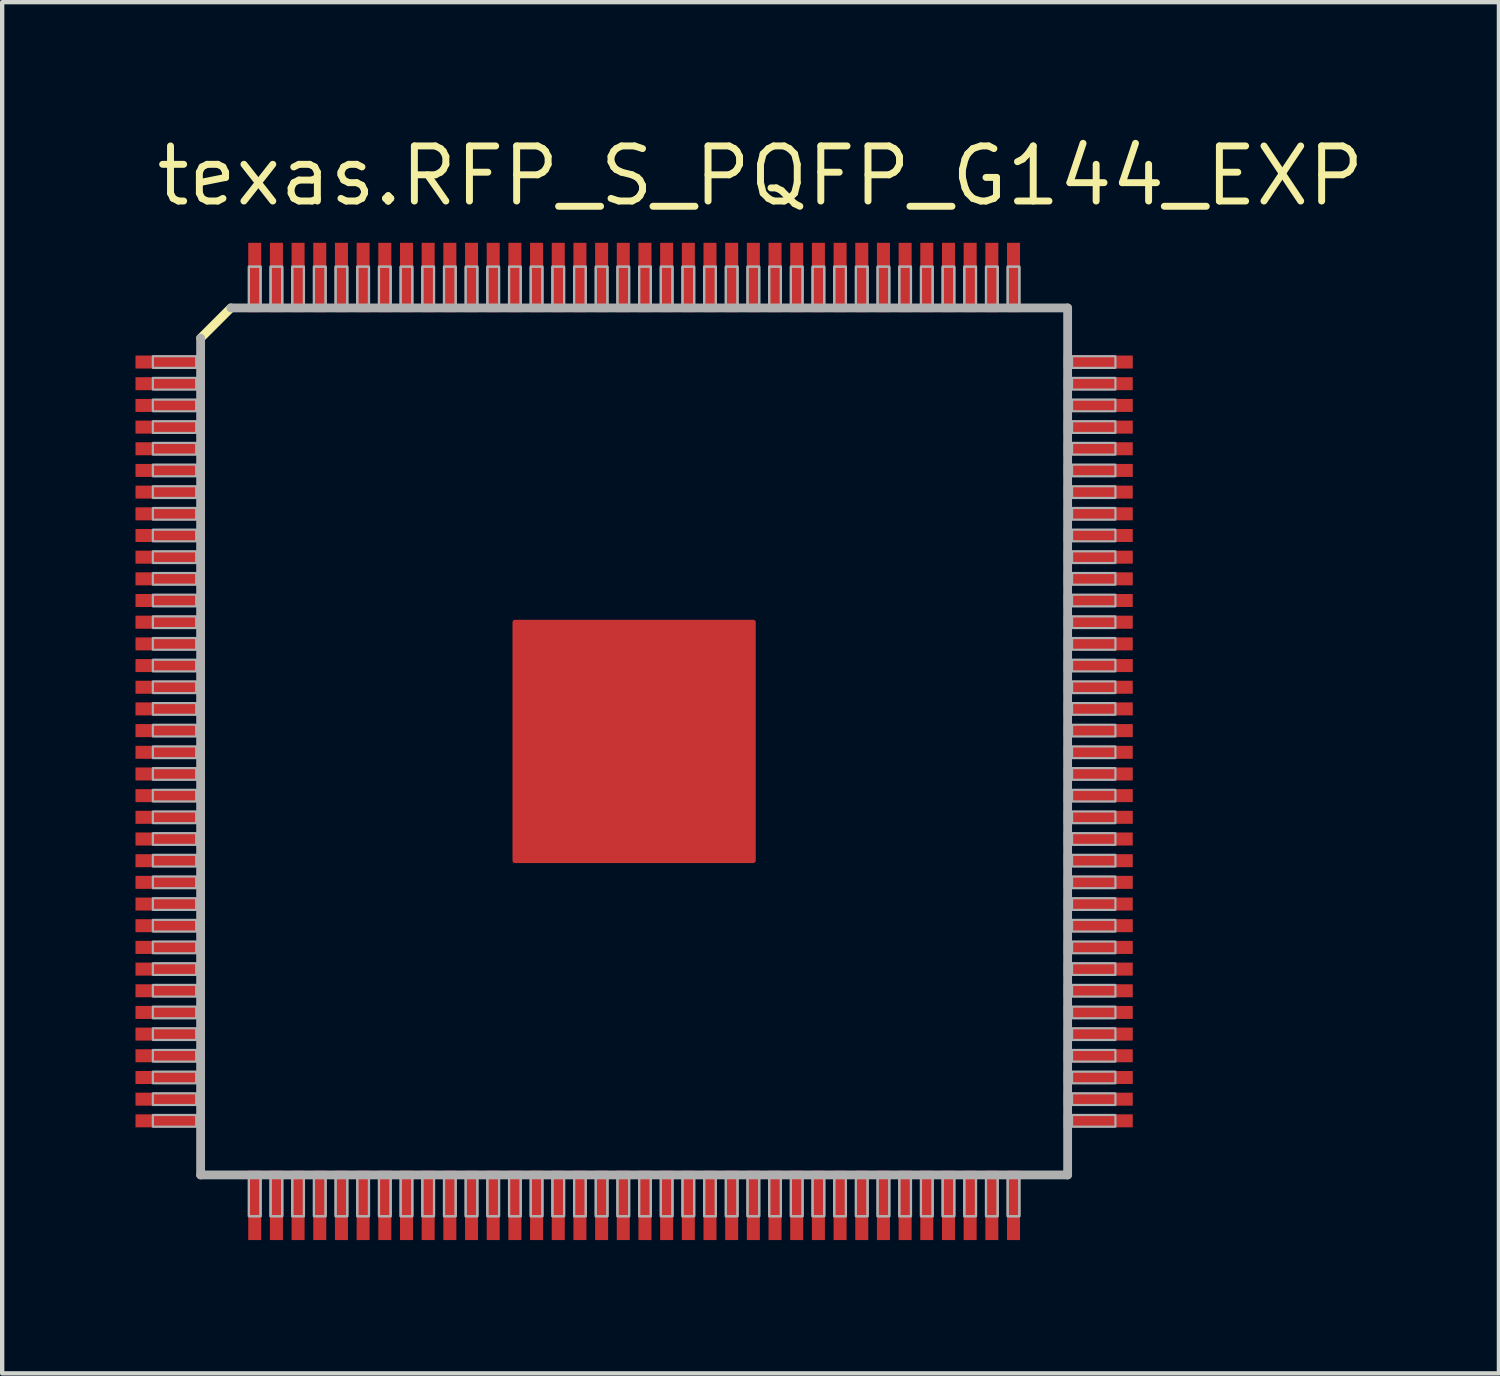
<source format=kicad_pcb>
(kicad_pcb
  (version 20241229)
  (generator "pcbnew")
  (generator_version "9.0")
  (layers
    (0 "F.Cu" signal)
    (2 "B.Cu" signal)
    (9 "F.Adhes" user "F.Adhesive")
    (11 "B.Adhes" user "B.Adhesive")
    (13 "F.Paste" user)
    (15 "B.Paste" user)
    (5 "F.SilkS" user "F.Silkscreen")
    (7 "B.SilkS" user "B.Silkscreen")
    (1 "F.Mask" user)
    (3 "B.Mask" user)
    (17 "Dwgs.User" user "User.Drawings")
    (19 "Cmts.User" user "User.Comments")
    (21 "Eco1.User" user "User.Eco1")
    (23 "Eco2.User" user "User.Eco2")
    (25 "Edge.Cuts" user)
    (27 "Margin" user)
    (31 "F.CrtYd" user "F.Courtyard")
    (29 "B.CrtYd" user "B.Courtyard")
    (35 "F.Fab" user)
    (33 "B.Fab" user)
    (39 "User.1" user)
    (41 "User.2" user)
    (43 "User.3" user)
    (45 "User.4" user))
  (footprint "texas.RFP_S_PQFP_G144_EXP"
    (layer "F.Cu")
    (at 11.575 14.05)
    (property "Reference" "texas.RFP_S_PQFP_G144_EXP" (at -11.1 -12.3 0) (layer "F.SilkS") (effects (font (size 1.27 1.27) (thickness 0.16)) (justify left bottom)))
    (attr smd)
    (fp_rect (start -11.55 -8.575) (end -9.875 -8.925) (stroke (width 0.05) (type default)) (fill yes) (layer "F.Mask"))
    (fp_rect (start -11.55 -8.075) (end -9.875 -8.425) (stroke (width 0.05) (type default)) (fill yes) (layer "F.Mask"))
    (fp_rect (start -11.55 -7.575) (end -9.875 -7.925) (stroke (width 0.05) (type default)) (fill yes) (layer "F.Mask"))
    (fp_rect (start -11.55 -7.075) (end -9.875 -7.425) (stroke (width 0.05) (type default)) (fill yes) (layer "F.Mask"))
    (fp_rect (start -11.55 -6.575) (end -9.875 -6.925) (stroke (width 0.05) (type default)) (fill yes) (layer "F.Mask"))
    (fp_rect (start -11.55 -6.075) (end -9.875 -6.425) (stroke (width 0.05) (type default)) (fill yes) (layer "F.Mask"))
    (fp_rect (start -11.55 -5.575) (end -9.875 -5.925) (stroke (width 0.05) (type default)) (fill yes) (layer "F.Mask"))
    (fp_rect (start -11.55 -5.075) (end -9.875 -5.425) (stroke (width 0.05) (type default)) (fill yes) (layer "F.Mask"))
    (fp_rect (start -11.55 -4.575) (end -9.875 -4.925) (stroke (width 0.05) (type default)) (fill yes) (layer "F.Mask"))
    (fp_rect (start -11.55 -4.075) (end -9.875 -4.425) (stroke (width 0.05) (type default)) (fill yes) (layer "F.Mask"))
    (fp_rect (start -11.55 -3.575) (end -9.875 -3.925) (stroke (width 0.05) (type default)) (fill yes) (layer "F.Mask"))
    (fp_rect (start -11.55 -3.075) (end -9.875 -3.425) (stroke (width 0.05) (type default)) (fill yes) (layer "F.Mask"))
    (fp_rect (start -11.55 -2.575) (end -9.875 -2.925) (stroke (width 0.05) (type default)) (fill yes) (layer "F.Mask"))
    (fp_rect (start -11.55 -2.075) (end -9.875 -2.425) (stroke (width 0.05) (type default)) (fill yes) (layer "F.Mask"))
    (fp_rect (start -11.55 -1.575) (end -9.875 -1.925) (stroke (width 0.05) (type default)) (fill yes) (layer "F.Mask"))
    (fp_rect (start -11.55 -1.075) (end -9.875 -1.425) (stroke (width 0.05) (type default)) (fill yes) (layer "F.Mask"))
    (fp_rect (start -11.55 -0.575) (end -9.875 -0.925) (stroke (width 0.05) (type default)) (fill yes) (layer "F.Mask"))
    (fp_rect (start -11.55 -0.075) (end -9.875 -0.425) (stroke (width 0.05) (type default)) (fill yes) (layer "F.Mask"))
    (fp_rect (start -11.55 0.425) (end -9.875 0.075) (stroke (width 0.05) (type default)) (fill yes) (layer "F.Mask"))
    (fp_rect (start -11.55 0.925) (end -9.875 0.575) (stroke (width 0.05) (type default)) (fill yes) (layer "F.Mask"))
    (fp_rect (start -11.55 1.425) (end -9.875 1.075) (stroke (width 0.05) (type default)) (fill yes) (layer "F.Mask"))
    (fp_rect (start -11.55 1.925) (end -9.875 1.575) (stroke (width 0.05) (type default)) (fill yes) (layer "F.Mask"))
    (fp_rect (start -11.55 2.425) (end -9.875 2.075) (stroke (width 0.05) (type default)) (fill yes) (layer "F.Mask"))
    (fp_rect (start -11.55 2.925) (end -9.875 2.575) (stroke (width 0.05) (type default)) (fill yes) (layer "F.Mask"))
    (fp_rect (start -11.55 3.425) (end -9.875 3.075) (stroke (width 0.05) (type default)) (fill yes) (layer "F.Mask"))
    (fp_rect (start -11.55 3.925) (end -9.875 3.575) (stroke (width 0.05) (type default)) (fill yes) (layer "F.Mask"))
    (fp_rect (start -11.55 4.425) (end -9.875 4.075) (stroke (width 0.05) (type default)) (fill yes) (layer "F.Mask"))
    (fp_rect (start -11.55 4.925) (end -9.875 4.575) (stroke (width 0.05) (type default)) (fill yes) (layer "F.Mask"))
    (fp_rect (start -11.55 5.425) (end -9.875 5.075) (stroke (width 0.05) (type default)) (fill yes) (layer "F.Mask"))
    (fp_rect (start -11.55 5.925) (end -9.875 5.575) (stroke (width 0.05) (type default)) (fill yes) (layer "F.Mask"))
    (fp_rect (start -11.55 6.425) (end -9.875 6.075) (stroke (width 0.05) (type default)) (fill yes) (layer "F.Mask"))
    (fp_rect (start -11.55 6.925) (end -9.875 6.575) (stroke (width 0.05) (type default)) (fill yes) (layer "F.Mask"))
    (fp_rect (start -11.55 7.425) (end -9.875 7.075) (stroke (width 0.05) (type default)) (fill yes) (layer "F.Mask"))
    (fp_rect (start -11.55 7.925) (end -9.875 7.575) (stroke (width 0.05) (type default)) (fill yes) (layer "F.Mask"))
    (fp_rect (start -11.55 8.425) (end -9.875 8.075) (stroke (width 0.05) (type default)) (fill yes) (layer "F.Mask"))
    (fp_rect (start -11.55 8.925) (end -9.875 8.575) (stroke (width 0.05) (type default)) (fill yes) (layer "F.Mask"))
    (fp_rect (start -8.925 -9.875) (end -8.575 -11.55) (stroke (width 0.05) (type default)) (fill yes) (layer "F.Mask"))
    (fp_rect (start -8.925 11.55) (end -8.575 9.875) (stroke (width 0.05) (type default)) (fill yes) (layer "F.Mask"))
    (fp_rect (start -8.425 -9.875) (end -8.075 -11.55) (stroke (width 0.05) (type default)) (fill yes) (layer "F.Mask"))
    (fp_rect (start -8.425 11.55) (end -8.075 9.875) (stroke (width 0.05) (type default)) (fill yes) (layer "F.Mask"))
    (fp_rect (start -7.925 -9.875) (end -7.575 -11.55) (stroke (width 0.05) (type default)) (fill yes) (layer "F.Mask"))
    (fp_rect (start -7.925 11.55) (end -7.575 9.875) (stroke (width 0.05) (type default)) (fill yes) (layer "F.Mask"))
    (fp_rect (start -7.425 -9.875) (end -7.075 -11.55) (stroke (width 0.05) (type default)) (fill yes) (layer "F.Mask"))
    (fp_rect (start -7.425 11.55) (end -7.075 9.875) (stroke (width 0.05) (type default)) (fill yes) (layer "F.Mask"))
    (fp_rect (start -6.925 -9.875) (end -6.575 -11.55) (stroke (width 0.05) (type default)) (fill yes) (layer "F.Mask"))
    (fp_rect (start -6.925 11.55) (end -6.575 9.875) (stroke (width 0.05) (type default)) (fill yes) (layer "F.Mask"))
    (fp_rect (start -6.425 -9.875) (end -6.075 -11.55) (stroke (width 0.05) (type default)) (fill yes) (layer "F.Mask"))
    (fp_rect (start -6.425 11.55) (end -6.075 9.875) (stroke (width 0.05) (type default)) (fill yes) (layer "F.Mask"))
    (fp_rect (start -5.925 -9.875) (end -5.575 -11.55) (stroke (width 0.05) (type default)) (fill yes) (layer "F.Mask"))
    (fp_rect (start -5.925 11.55) (end -5.575 9.875) (stroke (width 0.05) (type default)) (fill yes) (layer "F.Mask"))
    (fp_rect (start -5.425 -9.875) (end -5.075 -11.55) (stroke (width 0.05) (type default)) (fill yes) (layer "F.Mask"))
    (fp_rect (start -5.425 11.55) (end -5.075 9.875) (stroke (width 0.05) (type default)) (fill yes) (layer "F.Mask"))
    (fp_rect (start -4.925 -9.875) (end -4.575 -11.55) (stroke (width 0.05) (type default)) (fill yes) (layer "F.Mask"))
    (fp_rect (start -4.925 11.55) (end -4.575 9.875) (stroke (width 0.05) (type default)) (fill yes) (layer "F.Mask"))
    (fp_rect (start -4.425 -9.875) (end -4.075 -11.55) (stroke (width 0.05) (type default)) (fill yes) (layer "F.Mask"))
    (fp_rect (start -4.425 11.55) (end -4.075 9.875) (stroke (width 0.05) (type default)) (fill yes) (layer "F.Mask"))
    (fp_rect (start -3.925 -9.875) (end -3.575 -11.55) (stroke (width 0.05) (type default)) (fill yes) (layer "F.Mask"))
    (fp_rect (start -3.925 11.55) (end -3.575 9.875) (stroke (width 0.05) (type default)) (fill yes) (layer "F.Mask"))
    (fp_rect (start -3.425 -9.875) (end -3.075 -11.55) (stroke (width 0.05) (type default)) (fill yes) (layer "F.Mask"))
    (fp_rect (start -3.425 11.55) (end -3.075 9.875) (stroke (width 0.05) (type default)) (fill yes) (layer "F.Mask"))
    (fp_rect (start -2.925 -9.875) (end -2.575 -11.55) (stroke (width 0.05) (type default)) (fill yes) (layer "F.Mask"))
    (fp_rect (start -2.925 11.55) (end -2.575 9.875) (stroke (width 0.05) (type default)) (fill yes) (layer "F.Mask"))
    (fp_rect (start -2.9 2.9) (end 2.9 -2.9) (stroke (width 0.05) (type default)) (fill yes) (layer "F.Mask"))
    (fp_rect (start -2.425 -9.875) (end -2.075 -11.55) (stroke (width 0.05) (type default)) (fill yes) (layer "F.Mask"))
    (fp_rect (start -2.425 11.55) (end -2.075 9.875) (stroke (width 0.05) (type default)) (fill yes) (layer "F.Mask"))
    (fp_rect (start -1.925 -9.875) (end -1.575 -11.55) (stroke (width 0.05) (type default)) (fill yes) (layer "F.Mask"))
    (fp_rect (start -1.925 11.55) (end -1.575 9.875) (stroke (width 0.05) (type default)) (fill yes) (layer "F.Mask"))
    (fp_rect (start -1.425 -9.875) (end -1.075 -11.55) (stroke (width 0.05) (type default)) (fill yes) (layer "F.Mask"))
    (fp_rect (start -1.425 11.55) (end -1.075 9.875) (stroke (width 0.05) (type default)) (fill yes) (layer "F.Mask"))
    (fp_rect (start -0.925 -9.875) (end -0.575 -11.55) (stroke (width 0.05) (type default)) (fill yes) (layer "F.Mask"))
    (fp_rect (start -0.925 11.55) (end -0.575 9.875) (stroke (width 0.05) (type default)) (fill yes) (layer "F.Mask"))
    (fp_rect (start -0.425 -9.875) (end -0.075 -11.55) (stroke (width 0.05) (type default)) (fill yes) (layer "F.Mask"))
    (fp_rect (start -0.425 11.55) (end -0.075 9.875) (stroke (width 0.05) (type default)) (fill yes) (layer "F.Mask"))
    (fp_rect (start 0.075 -9.875) (end 0.425 -11.55) (stroke (width 0.05) (type default)) (fill yes) (layer "F.Mask"))
    (fp_rect (start 0.075 11.55) (end 0.425 9.875) (stroke (width 0.05) (type default)) (fill yes) (layer "F.Mask"))
    (fp_rect (start 0.575 -9.875) (end 0.925 -11.55) (stroke (width 0.05) (type default)) (fill yes) (layer "F.Mask"))
    (fp_rect (start 0.575 11.55) (end 0.925 9.875) (stroke (width 0.05) (type default)) (fill yes) (layer "F.Mask"))
    (fp_rect (start 1.075 -9.875) (end 1.425 -11.55) (stroke (width 0.05) (type default)) (fill yes) (layer "F.Mask"))
    (fp_rect (start 1.075 11.55) (end 1.425 9.875) (stroke (width 0.05) (type default)) (fill yes) (layer "F.Mask"))
    (fp_rect (start 1.575 -9.875) (end 1.925 -11.55) (stroke (width 0.05) (type default)) (fill yes) (layer "F.Mask"))
    (fp_rect (start 1.575 11.55) (end 1.925 9.875) (stroke (width 0.05) (type default)) (fill yes) (layer "F.Mask"))
    (fp_rect (start 2.075 -9.875) (end 2.425 -11.55) (stroke (width 0.05) (type default)) (fill yes) (layer "F.Mask"))
    (fp_rect (start 2.075 11.55) (end 2.425 9.875) (stroke (width 0.05) (type default)) (fill yes) (layer "F.Mask"))
    (fp_rect (start 2.575 -9.875) (end 2.925 -11.55) (stroke (width 0.05) (type default)) (fill yes) (layer "F.Mask"))
    (fp_rect (start 2.575 11.55) (end 2.925 9.875) (stroke (width 0.05) (type default)) (fill yes) (layer "F.Mask"))
    (fp_rect (start 3.075 -9.875) (end 3.425 -11.55) (stroke (width 0.05) (type default)) (fill yes) (layer "F.Mask"))
    (fp_rect (start 3.075 11.55) (end 3.425 9.875) (stroke (width 0.05) (type default)) (fill yes) (layer "F.Mask"))
    (fp_rect (start 3.575 -9.875) (end 3.925 -11.55) (stroke (width 0.05) (type default)) (fill yes) (layer "F.Mask"))
    (fp_rect (start 3.575 11.55) (end 3.925 9.875) (stroke (width 0.05) (type default)) (fill yes) (layer "F.Mask"))
    (fp_rect (start 4.075 -9.875) (end 4.425 -11.55) (stroke (width 0.05) (type default)) (fill yes) (layer "F.Mask"))
    (fp_rect (start 4.075 11.55) (end 4.425 9.875) (stroke (width 0.05) (type default)) (fill yes) (layer "F.Mask"))
    (fp_rect (start 4.575 -9.875) (end 4.925 -11.55) (stroke (width 0.05) (type default)) (fill yes) (layer "F.Mask"))
    (fp_rect (start 4.575 11.55) (end 4.925 9.875) (stroke (width 0.05) (type default)) (fill yes) (layer "F.Mask"))
    (fp_rect (start 5.075 -9.875) (end 5.425 -11.55) (stroke (width 0.05) (type default)) (fill yes) (layer "F.Mask"))
    (fp_rect (start 5.075 11.55) (end 5.425 9.875) (stroke (width 0.05) (type default)) (fill yes) (layer "F.Mask"))
    (fp_rect (start 5.575 -9.875) (end 5.925 -11.55) (stroke (width 0.05) (type default)) (fill yes) (layer "F.Mask"))
    (fp_rect (start 5.575 11.55) (end 5.925 9.875) (stroke (width 0.05) (type default)) (fill yes) (layer "F.Mask"))
    (fp_rect (start 6.075 -9.875) (end 6.425 -11.55) (stroke (width 0.05) (type default)) (fill yes) (layer "F.Mask"))
    (fp_rect (start 6.075 11.55) (end 6.425 9.875) (stroke (width 0.05) (type default)) (fill yes) (layer "F.Mask"))
    (fp_rect (start 6.575 -9.875) (end 6.925 -11.55) (stroke (width 0.05) (type default)) (fill yes) (layer "F.Mask"))
    (fp_rect (start 6.575 11.55) (end 6.925 9.875) (stroke (width 0.05) (type default)) (fill yes) (layer "F.Mask"))
    (fp_rect (start 7.075 -9.875) (end 7.425 -11.55) (stroke (width 0.05) (type default)) (fill yes) (layer "F.Mask"))
    (fp_rect (start 7.075 11.55) (end 7.425 9.875) (stroke (width 0.05) (type default)) (fill yes) (layer "F.Mask"))
    (fp_rect (start 7.575 -9.875) (end 7.925 -11.55) (stroke (width 0.05) (type default)) (fill yes) (layer "F.Mask"))
    (fp_rect (start 7.575 11.55) (end 7.925 9.875) (stroke (width 0.05) (type default)) (fill yes) (layer "F.Mask"))
    (fp_rect (start 8.075 -9.875) (end 8.425 -11.55) (stroke (width 0.05) (type default)) (fill yes) (layer "F.Mask"))
    (fp_rect (start 8.075 11.55) (end 8.425 9.875) (stroke (width 0.05) (type default)) (fill yes) (layer "F.Mask"))
    (fp_rect (start 8.575 -9.875) (end 8.925 -11.55) (stroke (width 0.05) (type default)) (fill yes) (layer "F.Mask"))
    (fp_rect (start 8.575 11.55) (end 8.925 9.875) (stroke (width 0.05) (type default)) (fill yes) (layer "F.Mask"))
    (fp_rect (start 9.875 -8.575) (end 11.55 -8.925) (stroke (width 0.05) (type default)) (fill yes) (layer "F.Mask"))
    (fp_rect (start 9.875 -8.075) (end 11.55 -8.425) (stroke (width 0.05) (type default)) (fill yes) (layer "F.Mask"))
    (fp_rect (start 9.875 -7.575) (end 11.55 -7.925) (stroke (width 0.05) (type default)) (fill yes) (layer "F.Mask"))
    (fp_rect (start 9.875 -7.075) (end 11.55 -7.425) (stroke (width 0.05) (type default)) (fill yes) (layer "F.Mask"))
    (fp_rect (start 9.875 -6.575) (end 11.55 -6.925) (stroke (width 0.05) (type default)) (fill yes) (layer "F.Mask"))
    (fp_rect (start 9.875 -6.075) (end 11.55 -6.425) (stroke (width 0.05) (type default)) (fill yes) (layer "F.Mask"))
    (fp_rect (start 9.875 -5.575) (end 11.55 -5.925) (stroke (width 0.05) (type default)) (fill yes) (layer "F.Mask"))
    (fp_rect (start 9.875 -5.075) (end 11.55 -5.425) (stroke (width 0.05) (type default)) (fill yes) (layer "F.Mask"))
    (fp_rect (start 9.875 -4.575) (end 11.55 -4.925) (stroke (width 0.05) (type default)) (fill yes) (layer "F.Mask"))
    (fp_rect (start 9.875 -4.075) (end 11.55 -4.425) (stroke (width 0.05) (type default)) (fill yes) (layer "F.Mask"))
    (fp_rect (start 9.875 -3.575) (end 11.55 -3.925) (stroke (width 0.05) (type default)) (fill yes) (layer "F.Mask"))
    (fp_rect (start 9.875 -3.075) (end 11.55 -3.425) (stroke (width 0.05) (type default)) (fill yes) (layer "F.Mask"))
    (fp_rect (start 9.875 -2.575) (end 11.55 -2.925) (stroke (width 0.05) (type default)) (fill yes) (layer "F.Mask"))
    (fp_rect (start 9.875 -2.075) (end 11.55 -2.425) (stroke (width 0.05) (type default)) (fill yes) (layer "F.Mask"))
    (fp_rect (start 9.875 -1.575) (end 11.55 -1.925) (stroke (width 0.05) (type default)) (fill yes) (layer "F.Mask"))
    (fp_rect (start 9.875 -1.075) (end 11.55 -1.425) (stroke (width 0.05) (type default)) (fill yes) (layer "F.Mask"))
    (fp_rect (start 9.875 -0.575) (end 11.55 -0.925) (stroke (width 0.05) (type default)) (fill yes) (layer "F.Mask"))
    (fp_rect (start 9.875 -0.075) (end 11.55 -0.425) (stroke (width 0.05) (type default)) (fill yes) (layer "F.Mask"))
    (fp_rect (start 9.875 0.425) (end 11.55 0.075) (stroke (width 0.05) (type default)) (fill yes) (layer "F.Mask"))
    (fp_rect (start 9.875 0.925) (end 11.55 0.575) (stroke (width 0.05) (type default)) (fill yes) (layer "F.Mask"))
    (fp_rect (start 9.875 1.425) (end 11.55 1.075) (stroke (width 0.05) (type default)) (fill yes) (layer "F.Mask"))
    (fp_rect (start 9.875 1.925) (end 11.55 1.575) (stroke (width 0.05) (type default)) (fill yes) (layer "F.Mask"))
    (fp_rect (start 9.875 2.425) (end 11.55 2.075) (stroke (width 0.05) (type default)) (fill yes) (layer "F.Mask"))
    (fp_rect (start 9.875 2.925) (end 11.55 2.575) (stroke (width 0.05) (type default)) (fill yes) (layer "F.Mask"))
    (fp_rect (start 9.875 3.425) (end 11.55 3.075) (stroke (width 0.05) (type default)) (fill yes) (layer "F.Mask"))
    (fp_rect (start 9.875 3.925) (end 11.55 3.575) (stroke (width 0.05) (type default)) (fill yes) (layer "F.Mask"))
    (fp_rect (start 9.875 4.425) (end 11.55 4.075) (stroke (width 0.05) (type default)) (fill yes) (layer "F.Mask"))
    (fp_rect (start 9.875 4.925) (end 11.55 4.575) (stroke (width 0.05) (type default)) (fill yes) (layer "F.Mask"))
    (fp_rect (start 9.875 5.425) (end 11.55 5.075) (stroke (width 0.05) (type default)) (fill yes) (layer "F.Mask"))
    (fp_rect (start 9.875 5.925) (end 11.55 5.575) (stroke (width 0.05) (type default)) (fill yes) (layer "F.Mask"))
    (fp_rect (start 9.875 6.425) (end 11.55 6.075) (stroke (width 0.05) (type default)) (fill yes) (layer "F.Mask"))
    (fp_rect (start 9.875 6.925) (end 11.55 6.575) (stroke (width 0.05) (type default)) (fill yes) (layer "F.Mask"))
    (fp_rect (start 9.875 7.425) (end 11.55 7.075) (stroke (width 0.05) (type default)) (fill yes) (layer "F.Mask"))
    (fp_rect (start 9.875 7.925) (end 11.55 7.575) (stroke (width 0.05) (type default)) (fill yes) (layer "F.Mask"))
    (fp_rect (start 9.875 8.425) (end 11.55 8.075) (stroke (width 0.05) (type default)) (fill yes) (layer "F.Mask"))
    (fp_rect (start 9.875 8.925) (end 11.55 8.575) (stroke (width 0.05) (type default)) (fill yes) (layer "F.Mask"))
    (fp_line (start -9.998 -9.3) (end -9.3 -9.998) (stroke (width 0.203) (type default)) (layer "F.SilkS"))
    (fp_rect (start -11.45 -8.625) (end -9.95 -8.875) (stroke (width 0.05) (type default)) (fill yes) (layer "F.Paste"))
    (fp_rect (start -11.45 -8.125) (end -9.95 -8.375) (stroke (width 0.05) (type default)) (fill yes) (layer "F.Paste"))
    (fp_rect (start -11.45 -7.625) (end -9.95 -7.875) (stroke (width 0.05) (type default)) (fill yes) (layer "F.Paste"))
    (fp_rect (start -11.45 -7.125) (end -9.95 -7.375) (stroke (width 0.05) (type default)) (fill yes) (layer "F.Paste"))
    (fp_rect (start -11.45 -6.625) (end -9.95 -6.875) (stroke (width 0.05) (type default)) (fill yes) (layer "F.Paste"))
    (fp_rect (start -11.45 -6.125) (end -9.95 -6.375) (stroke (width 0.05) (type default)) (fill yes) (layer "F.Paste"))
    (fp_rect (start -11.45 -5.625) (end -9.95 -5.875) (stroke (width 0.05) (type default)) (fill yes) (layer "F.Paste"))
    (fp_rect (start -11.45 -5.125) (end -9.95 -5.375) (stroke (width 0.05) (type default)) (fill yes) (layer "F.Paste"))
    (fp_rect (start -11.45 -4.625) (end -9.95 -4.875) (stroke (width 0.05) (type default)) (fill yes) (layer "F.Paste"))
    (fp_rect (start -11.45 -4.125) (end -9.95 -4.375) (stroke (width 0.05) (type default)) (fill yes) (layer "F.Paste"))
    (fp_rect (start -11.45 -3.625) (end -9.95 -3.875) (stroke (width 0.05) (type default)) (fill yes) (layer "F.Paste"))
    (fp_rect (start -11.45 -3.125) (end -9.95 -3.375) (stroke (width 0.05) (type default)) (fill yes) (layer "F.Paste"))
    (fp_rect (start -11.45 -2.625) (end -9.95 -2.875) (stroke (width 0.05) (type default)) (fill yes) (layer "F.Paste"))
    (fp_rect (start -11.45 -2.125) (end -9.95 -2.375) (stroke (width 0.05) (type default)) (fill yes) (layer "F.Paste"))
    (fp_rect (start -11.45 -1.625) (end -9.95 -1.875) (stroke (width 0.05) (type default)) (fill yes) (layer "F.Paste"))
    (fp_rect (start -11.45 -1.125) (end -9.95 -1.375) (stroke (width 0.05) (type default)) (fill yes) (layer "F.Paste"))
    (fp_rect (start -11.45 -0.625) (end -9.95 -0.875) (stroke (width 0.05) (type default)) (fill yes) (layer "F.Paste"))
    (fp_rect (start -11.45 -0.125) (end -9.95 -0.375) (stroke (width 0.05) (type default)) (fill yes) (layer "F.Paste"))
    (fp_rect (start -11.45 0.375) (end -9.95 0.125) (stroke (width 0.05) (type default)) (fill yes) (layer "F.Paste"))
    (fp_rect (start -11.45 0.875) (end -9.95 0.625) (stroke (width 0.05) (type default)) (fill yes) (layer "F.Paste"))
    (fp_rect (start -11.45 1.375) (end -9.95 1.125) (stroke (width 0.05) (type default)) (fill yes) (layer "F.Paste"))
    (fp_rect (start -11.45 1.875) (end -9.95 1.625) (stroke (width 0.05) (type default)) (fill yes) (layer "F.Paste"))
    (fp_rect (start -11.45 2.375) (end -9.95 2.125) (stroke (width 0.05) (type default)) (fill yes) (layer "F.Paste"))
    (fp_rect (start -11.45 2.875) (end -9.95 2.625) (stroke (width 0.05) (type default)) (fill yes) (layer "F.Paste"))
    (fp_rect (start -11.45 3.375) (end -9.95 3.125) (stroke (width 0.05) (type default)) (fill yes) (layer "F.Paste"))
    (fp_rect (start -11.45 3.875) (end -9.95 3.625) (stroke (width 0.05) (type default)) (fill yes) (layer "F.Paste"))
    (fp_rect (start -11.45 4.375) (end -9.95 4.125) (stroke (width 0.05) (type default)) (fill yes) (layer "F.Paste"))
    (fp_rect (start -11.45 4.875) (end -9.95 4.625) (stroke (width 0.05) (type default)) (fill yes) (layer "F.Paste"))
    (fp_rect (start -11.45 5.375) (end -9.95 5.125) (stroke (width 0.05) (type default)) (fill yes) (layer "F.Paste"))
    (fp_rect (start -11.45 5.875) (end -9.95 5.625) (stroke (width 0.05) (type default)) (fill yes) (layer "F.Paste"))
    (fp_rect (start -11.45 6.375) (end -9.95 6.125) (stroke (width 0.05) (type default)) (fill yes) (layer "F.Paste"))
    (fp_rect (start -11.45 6.875) (end -9.95 6.625) (stroke (width 0.05) (type default)) (fill yes) (layer "F.Paste"))
    (fp_rect (start -11.45 7.375) (end -9.95 7.125) (stroke (width 0.05) (type default)) (fill yes) (layer "F.Paste"))
    (fp_rect (start -11.45 7.875) (end -9.95 7.625) (stroke (width 0.05) (type default)) (fill yes) (layer "F.Paste"))
    (fp_rect (start -11.45 8.375) (end -9.95 8.125) (stroke (width 0.05) (type default)) (fill yes) (layer "F.Paste"))
    (fp_rect (start -11.45 8.875) (end -9.95 8.625) (stroke (width 0.05) (type default)) (fill yes) (layer "F.Paste"))
    (fp_rect (start -8.875 -9.95) (end -8.625 -11.45) (stroke (width 0.05) (type default)) (fill yes) (layer "F.Paste"))
    (fp_rect (start -8.875 11.45) (end -8.625 9.95) (stroke (width 0.05) (type default)) (fill yes) (layer "F.Paste"))
    (fp_rect (start -8.375 -9.95) (end -8.125 -11.45) (stroke (width 0.05) (type default)) (fill yes) (layer "F.Paste"))
    (fp_rect (start -8.375 11.45) (end -8.125 9.95) (stroke (width 0.05) (type default)) (fill yes) (layer "F.Paste"))
    (fp_rect (start -7.875 -9.95) (end -7.625 -11.45) (stroke (width 0.05) (type default)) (fill yes) (layer "F.Paste"))
    (fp_rect (start -7.875 11.45) (end -7.625 9.95) (stroke (width 0.05) (type default)) (fill yes) (layer "F.Paste"))
    (fp_rect (start -7.375 -9.95) (end -7.125 -11.45) (stroke (width 0.05) (type default)) (fill yes) (layer "F.Paste"))
    (fp_rect (start -7.375 11.45) (end -7.125 9.95) (stroke (width 0.05) (type default)) (fill yes) (layer "F.Paste"))
    (fp_rect (start -6.875 -9.95) (end -6.625 -11.45) (stroke (width 0.05) (type default)) (fill yes) (layer "F.Paste"))
    (fp_rect (start -6.875 11.45) (end -6.625 9.95) (stroke (width 0.05) (type default)) (fill yes) (layer "F.Paste"))
    (fp_rect (start -6.375 -9.95) (end -6.125 -11.45) (stroke (width 0.05) (type default)) (fill yes) (layer "F.Paste"))
    (fp_rect (start -6.375 11.45) (end -6.125 9.95) (stroke (width 0.05) (type default)) (fill yes) (layer "F.Paste"))
    (fp_rect (start -5.875 -9.95) (end -5.625 -11.45) (stroke (width 0.05) (type default)) (fill yes) (layer "F.Paste"))
    (fp_rect (start -5.875 11.45) (end -5.625 9.95) (stroke (width 0.05) (type default)) (fill yes) (layer "F.Paste"))
    (fp_rect (start -5.375 -9.95) (end -5.125 -11.45) (stroke (width 0.05) (type default)) (fill yes) (layer "F.Paste"))
    (fp_rect (start -5.375 11.45) (end -5.125 9.95) (stroke (width 0.05) (type default)) (fill yes) (layer "F.Paste"))
    (fp_rect (start -4.875 -9.95) (end -4.625 -11.45) (stroke (width 0.05) (type default)) (fill yes) (layer "F.Paste"))
    (fp_rect (start -4.875 11.45) (end -4.625 9.95) (stroke (width 0.05) (type default)) (fill yes) (layer "F.Paste"))
    (fp_rect (start -4.375 -9.95) (end -4.125 -11.45) (stroke (width 0.05) (type default)) (fill yes) (layer "F.Paste"))
    (fp_rect (start -4.375 11.45) (end -4.125 9.95) (stroke (width 0.05) (type default)) (fill yes) (layer "F.Paste"))
    (fp_rect (start -3.875 -9.95) (end -3.625 -11.45) (stroke (width 0.05) (type default)) (fill yes) (layer "F.Paste"))
    (fp_rect (start -3.875 11.45) (end -3.625 9.95) (stroke (width 0.05) (type default)) (fill yes) (layer "F.Paste"))
    (fp_rect (start -3.375 -9.95) (end -3.125 -11.45) (stroke (width 0.05) (type default)) (fill yes) (layer "F.Paste"))
    (fp_rect (start -3.375 11.45) (end -3.125 9.95) (stroke (width 0.05) (type default)) (fill yes) (layer "F.Paste"))
    (fp_rect (start -2.875 -9.95) (end -2.625 -11.45) (stroke (width 0.05) (type default)) (fill yes) (layer "F.Paste"))
    (fp_rect (start -2.875 11.45) (end -2.625 9.95) (stroke (width 0.05) (type default)) (fill yes) (layer "F.Paste"))
    (fp_rect (start -2.75 2.75) (end 2.75 -2.775) (stroke (width 0.05) (type default)) (fill yes) (layer "F.Paste"))
    (fp_rect (start -2.375 -9.95) (end -2.125 -11.45) (stroke (width 0.05) (type default)) (fill yes) (layer "F.Paste"))
    (fp_rect (start -2.375 11.45) (end -2.125 9.95) (stroke (width 0.05) (type default)) (fill yes) (layer "F.Paste"))
    (fp_rect (start -1.875 -9.95) (end -1.625 -11.45) (stroke (width 0.05) (type default)) (fill yes) (layer "F.Paste"))
    (fp_rect (start -1.875 11.45) (end -1.625 9.95) (stroke (width 0.05) (type default)) (fill yes) (layer "F.Paste"))
    (fp_rect (start -1.375 -9.95) (end -1.125 -11.45) (stroke (width 0.05) (type default)) (fill yes) (layer "F.Paste"))
    (fp_rect (start -1.375 11.45) (end -1.125 9.95) (stroke (width 0.05) (type default)) (fill yes) (layer "F.Paste"))
    (fp_rect (start -0.875 -9.95) (end -0.625 -11.45) (stroke (width 0.05) (type default)) (fill yes) (layer "F.Paste"))
    (fp_rect (start -0.875 11.45) (end -0.625 9.95) (stroke (width 0.05) (type default)) (fill yes) (layer "F.Paste"))
    (fp_rect (start -0.375 -9.95) (end -0.125 -11.45) (stroke (width 0.05) (type default)) (fill yes) (layer "F.Paste"))
    (fp_rect (start -0.375 11.45) (end -0.125 9.95) (stroke (width 0.05) (type default)) (fill yes) (layer "F.Paste"))
    (fp_rect (start 0.125 -9.95) (end 0.375 -11.45) (stroke (width 0.05) (type default)) (fill yes) (layer "F.Paste"))
    (fp_rect (start 0.125 11.45) (end 0.375 9.95) (stroke (width 0.05) (type default)) (fill yes) (layer "F.Paste"))
    (fp_rect (start 0.625 -9.95) (end 0.875 -11.45) (stroke (width 0.05) (type default)) (fill yes) (layer "F.Paste"))
    (fp_rect (start 0.625 11.45) (end 0.875 9.95) (stroke (width 0.05) (type default)) (fill yes) (layer "F.Paste"))
    (fp_rect (start 1.125 -9.95) (end 1.375 -11.45) (stroke (width 0.05) (type default)) (fill yes) (layer "F.Paste"))
    (fp_rect (start 1.125 11.45) (end 1.375 9.95) (stroke (width 0.05) (type default)) (fill yes) (layer "F.Paste"))
    (fp_rect (start 1.625 -9.95) (end 1.875 -11.45) (stroke (width 0.05) (type default)) (fill yes) (layer "F.Paste"))
    (fp_rect (start 1.625 11.45) (end 1.875 9.95) (stroke (width 0.05) (type default)) (fill yes) (layer "F.Paste"))
    (fp_rect (start 2.125 -9.95) (end 2.375 -11.45) (stroke (width 0.05) (type default)) (fill yes) (layer "F.Paste"))
    (fp_rect (start 2.125 11.45) (end 2.375 9.95) (stroke (width 0.05) (type default)) (fill yes) (layer "F.Paste"))
    (fp_rect (start 2.625 -9.95) (end 2.875 -11.45) (stroke (width 0.05) (type default)) (fill yes) (layer "F.Paste"))
    (fp_rect (start 2.625 11.45) (end 2.875 9.95) (stroke (width 0.05) (type default)) (fill yes) (layer "F.Paste"))
    (fp_rect (start 3.125 -9.95) (end 3.375 -11.45) (stroke (width 0.05) (type default)) (fill yes) (layer "F.Paste"))
    (fp_rect (start 3.125 11.45) (end 3.375 9.95) (stroke (width 0.05) (type default)) (fill yes) (layer "F.Paste"))
    (fp_rect (start 3.625 -9.95) (end 3.875 -11.45) (stroke (width 0.05) (type default)) (fill yes) (layer "F.Paste"))
    (fp_rect (start 3.625 11.45) (end 3.875 9.95) (stroke (width 0.05) (type default)) (fill yes) (layer "F.Paste"))
    (fp_rect (start 4.125 -9.95) (end 4.375 -11.45) (stroke (width 0.05) (type default)) (fill yes) (layer "F.Paste"))
    (fp_rect (start 4.125 11.45) (end 4.375 9.95) (stroke (width 0.05) (type default)) (fill yes) (layer "F.Paste"))
    (fp_rect (start 4.625 -9.95) (end 4.875 -11.45) (stroke (width 0.05) (type default)) (fill yes) (layer "F.Paste"))
    (fp_rect (start 4.625 11.45) (end 4.875 9.95) (stroke (width 0.05) (type default)) (fill yes) (layer "F.Paste"))
    (fp_rect (start 5.125 -9.95) (end 5.375 -11.45) (stroke (width 0.05) (type default)) (fill yes) (layer "F.Paste"))
    (fp_rect (start 5.125 11.45) (end 5.375 9.95) (stroke (width 0.05) (type default)) (fill yes) (layer "F.Paste"))
    (fp_rect (start 5.625 -9.95) (end 5.875 -11.45) (stroke (width 0.05) (type default)) (fill yes) (layer "F.Paste"))
    (fp_rect (start 5.625 11.45) (end 5.875 9.95) (stroke (width 0.05) (type default)) (fill yes) (layer "F.Paste"))
    (fp_rect (start 6.125 -9.95) (end 6.375 -11.45) (stroke (width 0.05) (type default)) (fill yes) (layer "F.Paste"))
    (fp_rect (start 6.125 11.45) (end 6.375 9.95) (stroke (width 0.05) (type default)) (fill yes) (layer "F.Paste"))
    (fp_rect (start 6.625 -9.95) (end 6.875 -11.45) (stroke (width 0.05) (type default)) (fill yes) (layer "F.Paste"))
    (fp_rect (start 6.625 11.45) (end 6.875 9.95) (stroke (width 0.05) (type default)) (fill yes) (layer "F.Paste"))
    (fp_rect (start 7.125 -9.95) (end 7.375 -11.45) (stroke (width 0.05) (type default)) (fill yes) (layer "F.Paste"))
    (fp_rect (start 7.125 11.45) (end 7.375 9.95) (stroke (width 0.05) (type default)) (fill yes) (layer "F.Paste"))
    (fp_rect (start 7.625 -9.95) (end 7.875 -11.45) (stroke (width 0.05) (type default)) (fill yes) (layer "F.Paste"))
    (fp_rect (start 7.625 11.45) (end 7.875 9.95) (stroke (width 0.05) (type default)) (fill yes) (layer "F.Paste"))
    (fp_rect (start 8.125 -9.95) (end 8.375 -11.45) (stroke (width 0.05) (type default)) (fill yes) (layer "F.Paste"))
    (fp_rect (start 8.125 11.45) (end 8.375 9.95) (stroke (width 0.05) (type default)) (fill yes) (layer "F.Paste"))
    (fp_rect (start 8.625 -9.95) (end 8.875 -11.45) (stroke (width 0.05) (type default)) (fill yes) (layer "F.Paste"))
    (fp_rect (start 8.625 11.45) (end 8.875 9.95) (stroke (width 0.05) (type default)) (fill yes) (layer "F.Paste"))
    (fp_rect (start 9.95 -8.625) (end 11.45 -8.875) (stroke (width 0.05) (type default)) (fill yes) (layer "F.Paste"))
    (fp_rect (start 9.95 -8.125) (end 11.45 -8.375) (stroke (width 0.05) (type default)) (fill yes) (layer "F.Paste"))
    (fp_rect (start 9.95 -7.625) (end 11.45 -7.875) (stroke (width 0.05) (type default)) (fill yes) (layer "F.Paste"))
    (fp_rect (start 9.95 -7.125) (end 11.45 -7.375) (stroke (width 0.05) (type default)) (fill yes) (layer "F.Paste"))
    (fp_rect (start 9.95 -6.625) (end 11.45 -6.875) (stroke (width 0.05) (type default)) (fill yes) (layer "F.Paste"))
    (fp_rect (start 9.95 -6.125) (end 11.45 -6.375) (stroke (width 0.05) (type default)) (fill yes) (layer "F.Paste"))
    (fp_rect (start 9.95 -5.625) (end 11.45 -5.875) (stroke (width 0.05) (type default)) (fill yes) (layer "F.Paste"))
    (fp_rect (start 9.95 -5.125) (end 11.45 -5.375) (stroke (width 0.05) (type default)) (fill yes) (layer "F.Paste"))
    (fp_rect (start 9.95 -4.625) (end 11.45 -4.875) (stroke (width 0.05) (type default)) (fill yes) (layer "F.Paste"))
    (fp_rect (start 9.95 -4.125) (end 11.45 -4.375) (stroke (width 0.05) (type default)) (fill yes) (layer "F.Paste"))
    (fp_rect (start 9.95 -3.625) (end 11.45 -3.875) (stroke (width 0.05) (type default)) (fill yes) (layer "F.Paste"))
    (fp_rect (start 9.95 -3.125) (end 11.45 -3.375) (stroke (width 0.05) (type default)) (fill yes) (layer "F.Paste"))
    (fp_rect (start 9.95 -2.625) (end 11.45 -2.875) (stroke (width 0.05) (type default)) (fill yes) (layer "F.Paste"))
    (fp_rect (start 9.95 -2.125) (end 11.45 -2.375) (stroke (width 0.05) (type default)) (fill yes) (layer "F.Paste"))
    (fp_rect (start 9.95 -1.625) (end 11.45 -1.875) (stroke (width 0.05) (type default)) (fill yes) (layer "F.Paste"))
    (fp_rect (start 9.95 -1.125) (end 11.45 -1.375) (stroke (width 0.05) (type default)) (fill yes) (layer "F.Paste"))
    (fp_rect (start 9.95 -0.625) (end 11.45 -0.875) (stroke (width 0.05) (type default)) (fill yes) (layer "F.Paste"))
    (fp_rect (start 9.95 -0.125) (end 11.45 -0.375) (stroke (width 0.05) (type default)) (fill yes) (layer "F.Paste"))
    (fp_rect (start 9.95 0.375) (end 11.45 0.125) (stroke (width 0.05) (type default)) (fill yes) (layer "F.Paste"))
    (fp_rect (start 9.95 0.875) (end 11.45 0.625) (stroke (width 0.05) (type default)) (fill yes) (layer "F.Paste"))
    (fp_rect (start 9.95 1.375) (end 11.45 1.125) (stroke (width 0.05) (type default)) (fill yes) (layer "F.Paste"))
    (fp_rect (start 9.95 1.875) (end 11.45 1.625) (stroke (width 0.05) (type default)) (fill yes) (layer "F.Paste"))
    (fp_rect (start 9.95 2.375) (end 11.45 2.125) (stroke (width 0.05) (type default)) (fill yes) (layer "F.Paste"))
    (fp_rect (start 9.95 2.875) (end 11.45 2.625) (stroke (width 0.05) (type default)) (fill yes) (layer "F.Paste"))
    (fp_rect (start 9.95 3.375) (end 11.45 3.125) (stroke (width 0.05) (type default)) (fill yes) (layer "F.Paste"))
    (fp_rect (start 9.95 3.875) (end 11.45 3.625) (stroke (width 0.05) (type default)) (fill yes) (layer "F.Paste"))
    (fp_rect (start 9.95 4.375) (end 11.45 4.125) (stroke (width 0.05) (type default)) (fill yes) (layer "F.Paste"))
    (fp_rect (start 9.95 4.875) (end 11.45 4.625) (stroke (width 0.05) (type default)) (fill yes) (layer "F.Paste"))
    (fp_rect (start 9.95 5.375) (end 11.45 5.125) (stroke (width 0.05) (type default)) (fill yes) (layer "F.Paste"))
    (fp_rect (start 9.95 5.875) (end 11.45 5.625) (stroke (width 0.05) (type default)) (fill yes) (layer "F.Paste"))
    (fp_rect (start 9.95 6.375) (end 11.45 6.125) (stroke (width 0.05) (type default)) (fill yes) (layer "F.Paste"))
    (fp_rect (start 9.95 6.875) (end 11.45 6.625) (stroke (width 0.05) (type default)) (fill yes) (layer "F.Paste"))
    (fp_rect (start 9.95 7.375) (end 11.45 7.125) (stroke (width 0.05) (type default)) (fill yes) (layer "F.Paste"))
    (fp_rect (start 9.95 7.875) (end 11.45 7.625) (stroke (width 0.05) (type default)) (fill yes) (layer "F.Paste"))
    (fp_rect (start 9.95 8.375) (end 11.45 8.125) (stroke (width 0.05) (type default)) (fill yes) (layer "F.Paste"))
    (fp_rect (start 9.95 8.875) (end 11.45 8.625) (stroke (width 0.05) (type default)) (fill yes) (layer "F.Paste"))
    (fp_line (start -9.998 -9.3) (end -9.998 9.998) (stroke (width 0.203) (type default)) (layer "F.Fab"))
    (fp_line (start -9.998 9.998) (end 9.998 9.998) (stroke (width 0.203) (type default)) (layer "F.Fab"))
    (fp_line (start 9.998 -9.998) (end -9.3 -9.998) (stroke (width 0.203) (type default)) (layer "F.Fab"))
    (fp_line (start 9.998 9.998) (end 9.998 -9.998) (stroke (width 0.203) (type default)) (layer "F.Fab"))
    (fp_rect (start -11.1 -8.615) (end -10.1 -8.885) (stroke (width 0.05) (type default)) (fill no) (layer "F.Fab"))
    (fp_rect (start -11.1 -8.115) (end -10.1 -8.385) (stroke (width 0.05) (type default)) (fill no) (layer "F.Fab"))
    (fp_rect (start -11.1 -7.615) (end -10.1 -7.885) (stroke (width 0.05) (type default)) (fill no) (layer "F.Fab"))
    (fp_rect (start -11.1 -7.115) (end -10.1 -7.385) (stroke (width 0.05) (type default)) (fill no) (layer "F.Fab"))
    (fp_rect (start -11.1 -6.615) (end -10.1 -6.885) (stroke (width 0.05) (type default)) (fill no) (layer "F.Fab"))
    (fp_rect (start -11.1 -6.115) (end -10.1 -6.385) (stroke (width 0.05) (type default)) (fill no) (layer "F.Fab"))
    (fp_rect (start -11.1 -5.615) (end -10.1 -5.885) (stroke (width 0.05) (type default)) (fill no) (layer "F.Fab"))
    (fp_rect (start -11.1 -5.115) (end -10.1 -5.385) (stroke (width 0.05) (type default)) (fill no) (layer "F.Fab"))
    (fp_rect (start -11.1 -4.615) (end -10.1 -4.885) (stroke (width 0.05) (type default)) (fill no) (layer "F.Fab"))
    (fp_rect (start -11.1 -4.115) (end -10.1 -4.385) (stroke (width 0.05) (type default)) (fill no) (layer "F.Fab"))
    (fp_rect (start -11.1 -3.615) (end -10.1 -3.885) (stroke (width 0.05) (type default)) (fill no) (layer "F.Fab"))
    (fp_rect (start -11.1 -3.115) (end -10.1 -3.385) (stroke (width 0.05) (type default)) (fill no) (layer "F.Fab"))
    (fp_rect (start -11.1 -2.615) (end -10.1 -2.885) (stroke (width 0.05) (type default)) (fill no) (layer "F.Fab"))
    (fp_rect (start -11.1 -2.115) (end -10.1 -2.385) (stroke (width 0.05) (type default)) (fill no) (layer "F.Fab"))
    (fp_rect (start -11.1 -1.615) (end -10.1 -1.885) (stroke (width 0.05) (type default)) (fill no) (layer "F.Fab"))
    (fp_rect (start -11.1 -1.115) (end -10.1 -1.385) (stroke (width 0.05) (type default)) (fill no) (layer "F.Fab"))
    (fp_rect (start -11.1 -0.615) (end -10.1 -0.885) (stroke (width 0.05) (type default)) (fill no) (layer "F.Fab"))
    (fp_rect (start -11.1 -0.115) (end -10.1 -0.385) (stroke (width 0.05) (type default)) (fill no) (layer "F.Fab"))
    (fp_rect (start -11.1 0.385) (end -10.1 0.115) (stroke (width 0.05) (type default)) (fill no) (layer "F.Fab"))
    (fp_rect (start -11.1 0.885) (end -10.1 0.615) (stroke (width 0.05) (type default)) (fill no) (layer "F.Fab"))
    (fp_rect (start -11.1 1.385) (end -10.1 1.115) (stroke (width 0.05) (type default)) (fill no) (layer "F.Fab"))
    (fp_rect (start -11.1 1.885) (end -10.1 1.615) (stroke (width 0.05) (type default)) (fill no) (layer "F.Fab"))
    (fp_rect (start -11.1 2.385) (end -10.1 2.115) (stroke (width 0.05) (type default)) (fill no) (layer "F.Fab"))
    (fp_rect (start -11.1 2.885) (end -10.1 2.615) (stroke (width 0.05) (type default)) (fill no) (layer "F.Fab"))
    (fp_rect (start -11.1 3.385) (end -10.1 3.115) (stroke (width 0.05) (type default)) (fill no) (layer "F.Fab"))
    (fp_rect (start -11.1 3.885) (end -10.1 3.615) (stroke (width 0.05) (type default)) (fill no) (layer "F.Fab"))
    (fp_rect (start -11.1 4.385) (end -10.1 4.115) (stroke (width 0.05) (type default)) (fill no) (layer "F.Fab"))
    (fp_rect (start -11.1 4.885) (end -10.1 4.615) (stroke (width 0.05) (type default)) (fill no) (layer "F.Fab"))
    (fp_rect (start -11.1 5.385) (end -10.1 5.115) (stroke (width 0.05) (type default)) (fill no) (layer "F.Fab"))
    (fp_rect (start -11.1 5.885) (end -10.1 5.615) (stroke (width 0.05) (type default)) (fill no) (layer "F.Fab"))
    (fp_rect (start -11.1 6.385) (end -10.1 6.115) (stroke (width 0.05) (type default)) (fill no) (layer "F.Fab"))
    (fp_rect (start -11.1 6.885) (end -10.1 6.615) (stroke (width 0.05) (type default)) (fill no) (layer "F.Fab"))
    (fp_rect (start -11.1 7.385) (end -10.1 7.115) (stroke (width 0.05) (type default)) (fill no) (layer "F.Fab"))
    (fp_rect (start -11.1 7.885) (end -10.1 7.615) (stroke (width 0.05) (type default)) (fill no) (layer "F.Fab"))
    (fp_rect (start -11.1 8.385) (end -10.1 8.115) (stroke (width 0.05) (type default)) (fill no) (layer "F.Fab"))
    (fp_rect (start -11.1 8.885) (end -10.1 8.615) (stroke (width 0.05) (type default)) (fill no) (layer "F.Fab"))
    (fp_rect (start -8.885 -9.95) (end -8.615 -10.95) (stroke (width 0.05) (type default)) (fill no) (layer "F.Fab"))
    (fp_rect (start -8.885 -9.95) (end -8.615 -10.95) (stroke (width 0.05) (type default)) (fill no) (layer "F.Fab"))
    (fp_rect (start -8.885 10.95) (end -8.615 9.95) (stroke (width 0.05) (type default)) (fill no) (layer "F.Fab"))
    (fp_rect (start -8.885 10.95) (end -8.615 9.95) (stroke (width 0.05) (type default)) (fill no) (layer "F.Fab"))
    (fp_rect (start -8.385 -9.95) (end -8.115 -10.95) (stroke (width 0.05) (type default)) (fill no) (layer "F.Fab"))
    (fp_rect (start -8.385 -9.95) (end -8.115 -10.95) (stroke (width 0.05) (type default)) (fill no) (layer "F.Fab"))
    (fp_rect (start -8.385 10.95) (end -8.115 9.95) (stroke (width 0.05) (type default)) (fill no) (layer "F.Fab"))
    (fp_rect (start -8.385 10.95) (end -8.115 9.95) (stroke (width 0.05) (type default)) (fill no) (layer "F.Fab"))
    (fp_rect (start -7.885 -9.95) (end -7.615 -10.95) (stroke (width 0.05) (type default)) (fill no) (layer "F.Fab"))
    (fp_rect (start -7.885 -9.95) (end -7.615 -10.95) (stroke (width 0.05) (type default)) (fill no) (layer "F.Fab"))
    (fp_rect (start -7.885 10.95) (end -7.615 9.95) (stroke (width 0.05) (type default)) (fill no) (layer "F.Fab"))
    (fp_rect (start -7.885 10.95) (end -7.615 9.95) (stroke (width 0.05) (type default)) (fill no) (layer "F.Fab"))
    (fp_rect (start -7.385 -9.95) (end -7.115 -10.95) (stroke (width 0.05) (type default)) (fill no) (layer "F.Fab"))
    (fp_rect (start -7.385 -9.95) (end -7.115 -10.95) (stroke (width 0.05) (type default)) (fill no) (layer "F.Fab"))
    (fp_rect (start -7.385 10.95) (end -7.115 9.95) (stroke (width 0.05) (type default)) (fill no) (layer "F.Fab"))
    (fp_rect (start -7.385 10.95) (end -7.115 9.95) (stroke (width 0.05) (type default)) (fill no) (layer "F.Fab"))
    (fp_rect (start -6.885 -9.95) (end -6.615 -10.95) (stroke (width 0.05) (type default)) (fill no) (layer "F.Fab"))
    (fp_rect (start -6.885 -9.95) (end -6.615 -10.95) (stroke (width 0.05) (type default)) (fill no) (layer "F.Fab"))
    (fp_rect (start -6.885 10.95) (end -6.615 9.95) (stroke (width 0.05) (type default)) (fill no) (layer "F.Fab"))
    (fp_rect (start -6.885 10.95) (end -6.615 9.95) (stroke (width 0.05) (type default)) (fill no) (layer "F.Fab"))
    (fp_rect (start -6.385 -9.95) (end -6.115 -10.95) (stroke (width 0.05) (type default)) (fill no) (layer "F.Fab"))
    (fp_rect (start -6.385 -9.95) (end -6.115 -10.95) (stroke (width 0.05) (type default)) (fill no) (layer "F.Fab"))
    (fp_rect (start -6.385 10.95) (end -6.115 9.95) (stroke (width 0.05) (type default)) (fill no) (layer "F.Fab"))
    (fp_rect (start -6.385 10.95) (end -6.115 9.95) (stroke (width 0.05) (type default)) (fill no) (layer "F.Fab"))
    (fp_rect (start -5.885 -9.95) (end -5.615 -10.95) (stroke (width 0.05) (type default)) (fill no) (layer "F.Fab"))
    (fp_rect (start -5.885 -9.95) (end -5.615 -10.95) (stroke (width 0.05) (type default)) (fill no) (layer "F.Fab"))
    (fp_rect (start -5.885 10.95) (end -5.615 9.95) (stroke (width 0.05) (type default)) (fill no) (layer "F.Fab"))
    (fp_rect (start -5.885 10.95) (end -5.615 9.95) (stroke (width 0.05) (type default)) (fill no) (layer "F.Fab"))
    (fp_rect (start -5.385 -9.95) (end -5.115 -10.95) (stroke (width 0.05) (type default)) (fill no) (layer "F.Fab"))
    (fp_rect (start -5.385 -9.95) (end -5.115 -10.95) (stroke (width 0.05) (type default)) (fill no) (layer "F.Fab"))
    (fp_rect (start -5.385 10.95) (end -5.115 9.95) (stroke (width 0.05) (type default)) (fill no) (layer "F.Fab"))
    (fp_rect (start -5.385 10.95) (end -5.115 9.95) (stroke (width 0.05) (type default)) (fill no) (layer "F.Fab"))
    (fp_rect (start -4.885 -9.95) (end -4.615 -10.95) (stroke (width 0.05) (type default)) (fill no) (layer "F.Fab"))
    (fp_rect (start -4.885 -9.95) (end -4.615 -10.95) (stroke (width 0.05) (type default)) (fill no) (layer "F.Fab"))
    (fp_rect (start -4.885 10.95) (end -4.615 9.95) (stroke (width 0.05) (type default)) (fill no) (layer "F.Fab"))
    (fp_rect (start -4.885 10.95) (end -4.615 9.95) (stroke (width 0.05) (type default)) (fill no) (layer "F.Fab"))
    (fp_rect (start -4.385 -9.95) (end -4.115 -10.95) (stroke (width 0.05) (type default)) (fill no) (layer "F.Fab"))
    (fp_rect (start -4.385 -9.95) (end -4.115 -10.95) (stroke (width 0.05) (type default)) (fill no) (layer "F.Fab"))
    (fp_rect (start -4.385 10.95) (end -4.115 9.95) (stroke (width 0.05) (type default)) (fill no) (layer "F.Fab"))
    (fp_rect (start -4.385 10.95) (end -4.115 9.95) (stroke (width 0.05) (type default)) (fill no) (layer "F.Fab"))
    (fp_rect (start -3.885 -9.95) (end -3.615 -10.95) (stroke (width 0.05) (type default)) (fill no) (layer "F.Fab"))
    (fp_rect (start -3.885 -9.95) (end -3.615 -10.95) (stroke (width 0.05) (type default)) (fill no) (layer "F.Fab"))
    (fp_rect (start -3.885 10.95) (end -3.615 9.95) (stroke (width 0.05) (type default)) (fill no) (layer "F.Fab"))
    (fp_rect (start -3.885 10.95) (end -3.615 9.95) (stroke (width 0.05) (type default)) (fill no) (layer "F.Fab"))
    (fp_rect (start -3.385 -9.95) (end -3.115 -10.95) (stroke (width 0.05) (type default)) (fill no) (layer "F.Fab"))
    (fp_rect (start -3.385 -9.95) (end -3.115 -10.95) (stroke (width 0.05) (type default)) (fill no) (layer "F.Fab"))
    (fp_rect (start -3.385 10.95) (end -3.115 9.95) (stroke (width 0.05) (type default)) (fill no) (layer "F.Fab"))
    (fp_rect (start -3.385 10.95) (end -3.115 9.95) (stroke (width 0.05) (type default)) (fill no) (layer "F.Fab"))
    (fp_rect (start -2.885 -9.95) (end -2.615 -10.95) (stroke (width 0.05) (type default)) (fill no) (layer "F.Fab"))
    (fp_rect (start -2.885 -9.95) (end -2.615 -10.95) (stroke (width 0.05) (type default)) (fill no) (layer "F.Fab"))
    (fp_rect (start -2.885 10.95) (end -2.615 9.95) (stroke (width 0.05) (type default)) (fill no) (layer "F.Fab"))
    (fp_rect (start -2.885 10.95) (end -2.615 9.95) (stroke (width 0.05) (type default)) (fill no) (layer "F.Fab"))
    (fp_rect (start -2.385 -9.95) (end -2.115 -10.95) (stroke (width 0.05) (type default)) (fill no) (layer "F.Fab"))
    (fp_rect (start -2.385 -9.95) (end -2.115 -10.95) (stroke (width 0.05) (type default)) (fill no) (layer "F.Fab"))
    (fp_rect (start -2.385 10.95) (end -2.115 9.95) (stroke (width 0.05) (type default)) (fill no) (layer "F.Fab"))
    (fp_rect (start -2.385 10.95) (end -2.115 9.95) (stroke (width 0.05) (type default)) (fill no) (layer "F.Fab"))
    (fp_rect (start -1.885 -9.95) (end -1.615 -10.95) (stroke (width 0.05) (type default)) (fill no) (layer "F.Fab"))
    (fp_rect (start -1.885 -9.95) (end -1.615 -10.95) (stroke (width 0.05) (type default)) (fill no) (layer "F.Fab"))
    (fp_rect (start -1.885 10.95) (end -1.615 9.95) (stroke (width 0.05) (type default)) (fill no) (layer "F.Fab"))
    (fp_rect (start -1.885 10.95) (end -1.615 9.95) (stroke (width 0.05) (type default)) (fill no) (layer "F.Fab"))
    (fp_rect (start -1.385 -9.95) (end -1.115 -10.95) (stroke (width 0.05) (type default)) (fill no) (layer "F.Fab"))
    (fp_rect (start -1.385 -9.95) (end -1.115 -10.95) (stroke (width 0.05) (type default)) (fill no) (layer "F.Fab"))
    (fp_rect (start -1.385 10.95) (end -1.115 9.95) (stroke (width 0.05) (type default)) (fill no) (layer "F.Fab"))
    (fp_rect (start -1.385 10.95) (end -1.115 9.95) (stroke (width 0.05) (type default)) (fill no) (layer "F.Fab"))
    (fp_rect (start -0.885 -9.95) (end -0.615 -10.95) (stroke (width 0.05) (type default)) (fill no) (layer "F.Fab"))
    (fp_rect (start -0.885 -9.95) (end -0.615 -10.95) (stroke (width 0.05) (type default)) (fill no) (layer "F.Fab"))
    (fp_rect (start -0.885 10.95) (end -0.615 9.95) (stroke (width 0.05) (type default)) (fill no) (layer "F.Fab"))
    (fp_rect (start -0.885 10.95) (end -0.615 9.95) (stroke (width 0.05) (type default)) (fill no) (layer "F.Fab"))
    (fp_rect (start -0.385 -9.95) (end -0.115 -10.95) (stroke (width 0.05) (type default)) (fill no) (layer "F.Fab"))
    (fp_rect (start -0.385 -9.95) (end -0.115 -10.95) (stroke (width 0.05) (type default)) (fill no) (layer "F.Fab"))
    (fp_rect (start -0.385 10.95) (end -0.115 9.95) (stroke (width 0.05) (type default)) (fill no) (layer "F.Fab"))
    (fp_rect (start -0.385 10.95) (end -0.115 9.95) (stroke (width 0.05) (type default)) (fill no) (layer "F.Fab"))
    (fp_rect (start 0.115 -9.95) (end 0.385 -10.95) (stroke (width 0.05) (type default)) (fill no) (layer "F.Fab"))
    (fp_rect (start 0.115 -9.95) (end 0.385 -10.95) (stroke (width 0.05) (type default)) (fill no) (layer "F.Fab"))
    (fp_rect (start 0.115 10.95) (end 0.385 9.95) (stroke (width 0.05) (type default)) (fill no) (layer "F.Fab"))
    (fp_rect (start 0.115 10.95) (end 0.385 9.95) (stroke (width 0.05) (type default)) (fill no) (layer "F.Fab"))
    (fp_rect (start 0.615 -9.95) (end 0.885 -10.95) (stroke (width 0.05) (type default)) (fill no) (layer "F.Fab"))
    (fp_rect (start 0.615 -9.95) (end 0.885 -10.95) (stroke (width 0.05) (type default)) (fill no) (layer "F.Fab"))
    (fp_rect (start 0.615 10.95) (end 0.885 9.95) (stroke (width 0.05) (type default)) (fill no) (layer "F.Fab"))
    (fp_rect (start 0.615 10.95) (end 0.885 9.95) (stroke (width 0.05) (type default)) (fill no) (layer "F.Fab"))
    (fp_rect (start 1.115 -9.95) (end 1.385 -10.95) (stroke (width 0.05) (type default)) (fill no) (layer "F.Fab"))
    (fp_rect (start 1.115 -9.95) (end 1.385 -10.95) (stroke (width 0.05) (type default)) (fill no) (layer "F.Fab"))
    (fp_rect (start 1.115 10.95) (end 1.385 9.95) (stroke (width 0.05) (type default)) (fill no) (layer "F.Fab"))
    (fp_rect (start 1.115 10.95) (end 1.385 9.95) (stroke (width 0.05) (type default)) (fill no) (layer "F.Fab"))
    (fp_rect (start 1.615 -9.95) (end 1.885 -10.95) (stroke (width 0.05) (type default)) (fill no) (layer "F.Fab"))
    (fp_rect (start 1.615 -9.95) (end 1.885 -10.95) (stroke (width 0.05) (type default)) (fill no) (layer "F.Fab"))
    (fp_rect (start 1.615 10.95) (end 1.885 9.95) (stroke (width 0.05) (type default)) (fill no) (layer "F.Fab"))
    (fp_rect (start 1.615 10.95) (end 1.885 9.95) (stroke (width 0.05) (type default)) (fill no) (layer "F.Fab"))
    (fp_rect (start 2.115 -9.95) (end 2.385 -10.95) (stroke (width 0.05) (type default)) (fill no) (layer "F.Fab"))
    (fp_rect (start 2.115 -9.95) (end 2.385 -10.95) (stroke (width 0.05) (type default)) (fill no) (layer "F.Fab"))
    (fp_rect (start 2.115 10.95) (end 2.385 9.95) (stroke (width 0.05) (type default)) (fill no) (layer "F.Fab"))
    (fp_rect (start 2.115 10.95) (end 2.385 9.95) (stroke (width 0.05) (type default)) (fill no) (layer "F.Fab"))
    (fp_rect (start 2.615 -9.95) (end 2.885 -10.95) (stroke (width 0.05) (type default)) (fill no) (layer "F.Fab"))
    (fp_rect (start 2.615 -9.95) (end 2.885 -10.95) (stroke (width 0.05) (type default)) (fill no) (layer "F.Fab"))
    (fp_rect (start 2.615 10.95) (end 2.885 9.95) (stroke (width 0.05) (type default)) (fill no) (layer "F.Fab"))
    (fp_rect (start 2.615 10.95) (end 2.885 9.95) (stroke (width 0.05) (type default)) (fill no) (layer "F.Fab"))
    (fp_rect (start 3.115 -9.95) (end 3.385 -10.95) (stroke (width 0.05) (type default)) (fill no) (layer "F.Fab"))
    (fp_rect (start 3.115 -9.95) (end 3.385 -10.95) (stroke (width 0.05) (type default)) (fill no) (layer "F.Fab"))
    (fp_rect (start 3.115 10.95) (end 3.385 9.95) (stroke (width 0.05) (type default)) (fill no) (layer "F.Fab"))
    (fp_rect (start 3.115 10.95) (end 3.385 9.95) (stroke (width 0.05) (type default)) (fill no) (layer "F.Fab"))
    (fp_rect (start 3.615 -9.95) (end 3.885 -10.95) (stroke (width 0.05) (type default)) (fill no) (layer "F.Fab"))
    (fp_rect (start 3.615 -9.95) (end 3.885 -10.95) (stroke (width 0.05) (type default)) (fill no) (layer "F.Fab"))
    (fp_rect (start 3.615 10.95) (end 3.885 9.95) (stroke (width 0.05) (type default)) (fill no) (layer "F.Fab"))
    (fp_rect (start 3.615 10.95) (end 3.885 9.95) (stroke (width 0.05) (type default)) (fill no) (layer "F.Fab"))
    (fp_rect (start 4.115 -9.95) (end 4.385 -10.95) (stroke (width 0.05) (type default)) (fill no) (layer "F.Fab"))
    (fp_rect (start 4.115 -9.95) (end 4.385 -10.95) (stroke (width 0.05) (type default)) (fill no) (layer "F.Fab"))
    (fp_rect (start 4.115 10.95) (end 4.385 9.95) (stroke (width 0.05) (type default)) (fill no) (layer "F.Fab"))
    (fp_rect (start 4.115 10.95) (end 4.385 9.95) (stroke (width 0.05) (type default)) (fill no) (layer "F.Fab"))
    (fp_rect (start 4.615 -9.95) (end 4.885 -10.95) (stroke (width 0.05) (type default)) (fill no) (layer "F.Fab"))
    (fp_rect (start 4.615 -9.95) (end 4.885 -10.95) (stroke (width 0.05) (type default)) (fill no) (layer "F.Fab"))
    (fp_rect (start 4.615 10.95) (end 4.885 9.95) (stroke (width 0.05) (type default)) (fill no) (layer "F.Fab"))
    (fp_rect (start 4.615 10.95) (end 4.885 9.95) (stroke (width 0.05) (type default)) (fill no) (layer "F.Fab"))
    (fp_rect (start 5.115 -9.95) (end 5.385 -10.95) (stroke (width 0.05) (type default)) (fill no) (layer "F.Fab"))
    (fp_rect (start 5.115 -9.95) (end 5.385 -10.95) (stroke (width 0.05) (type default)) (fill no) (layer "F.Fab"))
    (fp_rect (start 5.115 10.95) (end 5.385 9.95) (stroke (width 0.05) (type default)) (fill no) (layer "F.Fab"))
    (fp_rect (start 5.115 10.95) (end 5.385 9.95) (stroke (width 0.05) (type default)) (fill no) (layer "F.Fab"))
    (fp_rect (start 5.615 -9.95) (end 5.885 -10.95) (stroke (width 0.05) (type default)) (fill no) (layer "F.Fab"))
    (fp_rect (start 5.615 -9.95) (end 5.885 -10.95) (stroke (width 0.05) (type default)) (fill no) (layer "F.Fab"))
    (fp_rect (start 5.615 10.95) (end 5.885 9.95) (stroke (width 0.05) (type default)) (fill no) (layer "F.Fab"))
    (fp_rect (start 5.615 10.95) (end 5.885 9.95) (stroke (width 0.05) (type default)) (fill no) (layer "F.Fab"))
    (fp_rect (start 6.115 -9.95) (end 6.385 -10.95) (stroke (width 0.05) (type default)) (fill no) (layer "F.Fab"))
    (fp_rect (start 6.115 -9.95) (end 6.385 -10.95) (stroke (width 0.05) (type default)) (fill no) (layer "F.Fab"))
    (fp_rect (start 6.115 10.95) (end 6.385 9.95) (stroke (width 0.05) (type default)) (fill no) (layer "F.Fab"))
    (fp_rect (start 6.115 10.95) (end 6.385 9.95) (stroke (width 0.05) (type default)) (fill no) (layer "F.Fab"))
    (fp_rect (start 6.615 -9.95) (end 6.885 -10.95) (stroke (width 0.05) (type default)) (fill no) (layer "F.Fab"))
    (fp_rect (start 6.615 -9.95) (end 6.885 -10.95) (stroke (width 0.05) (type default)) (fill no) (layer "F.Fab"))
    (fp_rect (start 6.615 10.95) (end 6.885 9.95) (stroke (width 0.05) (type default)) (fill no) (layer "F.Fab"))
    (fp_rect (start 6.615 10.95) (end 6.885 9.95) (stroke (width 0.05) (type default)) (fill no) (layer "F.Fab"))
    (fp_rect (start 7.115 -9.95) (end 7.385 -10.95) (stroke (width 0.05) (type default)) (fill no) (layer "F.Fab"))
    (fp_rect (start 7.115 -9.95) (end 7.385 -10.95) (stroke (width 0.05) (type default)) (fill no) (layer "F.Fab"))
    (fp_rect (start 7.115 10.95) (end 7.385 9.95) (stroke (width 0.05) (type default)) (fill no) (layer "F.Fab"))
    (fp_rect (start 7.115 10.95) (end 7.385 9.95) (stroke (width 0.05) (type default)) (fill no) (layer "F.Fab"))
    (fp_rect (start 7.615 -9.95) (end 7.885 -10.95) (stroke (width 0.05) (type default)) (fill no) (layer "F.Fab"))
    (fp_rect (start 7.615 -9.95) (end 7.885 -10.95) (stroke (width 0.05) (type default)) (fill no) (layer "F.Fab"))
    (fp_rect (start 7.615 10.95) (end 7.885 9.95) (stroke (width 0.05) (type default)) (fill no) (layer "F.Fab"))
    (fp_rect (start 7.615 10.95) (end 7.885 9.95) (stroke (width 0.05) (type default)) (fill no) (layer "F.Fab"))
    (fp_rect (start 8.115 -9.95) (end 8.385 -10.95) (stroke (width 0.05) (type default)) (fill no) (layer "F.Fab"))
    (fp_rect (start 8.115 -9.95) (end 8.385 -10.95) (stroke (width 0.05) (type default)) (fill no) (layer "F.Fab"))
    (fp_rect (start 8.115 10.95) (end 8.385 9.95) (stroke (width 0.05) (type default)) (fill no) (layer "F.Fab"))
    (fp_rect (start 8.115 10.95) (end 8.385 9.95) (stroke (width 0.05) (type default)) (fill no) (layer "F.Fab"))
    (fp_rect (start 8.615 -9.95) (end 8.885 -10.95) (stroke (width 0.05) (type default)) (fill no) (layer "F.Fab"))
    (fp_rect (start 8.615 -9.95) (end 8.885 -10.95) (stroke (width 0.05) (type default)) (fill no) (layer "F.Fab"))
    (fp_rect (start 8.615 10.95) (end 8.885 9.95) (stroke (width 0.05) (type default)) (fill no) (layer "F.Fab"))
    (fp_rect (start 8.615 10.95) (end 8.885 9.95) (stroke (width 0.05) (type default)) (fill no) (layer "F.Fab"))
    (fp_rect (start 10.1 -8.615) (end 11.1 -8.885) (stroke (width 0.05) (type default)) (fill no) (layer "F.Fab"))
    (fp_rect (start 10.1 -8.115) (end 11.1 -8.385) (stroke (width 0.05) (type default)) (fill no) (layer "F.Fab"))
    (fp_rect (start 10.1 -7.615) (end 11.1 -7.885) (stroke (width 0.05) (type default)) (fill no) (layer "F.Fab"))
    (fp_rect (start 10.1 -7.115) (end 11.1 -7.385) (stroke (width 0.05) (type default)) (fill no) (layer "F.Fab"))
    (fp_rect (start 10.1 -6.615) (end 11.1 -6.885) (stroke (width 0.05) (type default)) (fill no) (layer "F.Fab"))
    (fp_rect (start 10.1 -6.115) (end 11.1 -6.385) (stroke (width 0.05) (type default)) (fill no) (layer "F.Fab"))
    (fp_rect (start 10.1 -5.615) (end 11.1 -5.885) (stroke (width 0.05) (type default)) (fill no) (layer "F.Fab"))
    (fp_rect (start 10.1 -5.115) (end 11.1 -5.385) (stroke (width 0.05) (type default)) (fill no) (layer "F.Fab"))
    (fp_rect (start 10.1 -4.615) (end 11.1 -4.885) (stroke (width 0.05) (type default)) (fill no) (layer "F.Fab"))
    (fp_rect (start 10.1 -4.115) (end 11.1 -4.385) (stroke (width 0.05) (type default)) (fill no) (layer "F.Fab"))
    (fp_rect (start 10.1 -3.615) (end 11.1 -3.885) (stroke (width 0.05) (type default)) (fill no) (layer "F.Fab"))
    (fp_rect (start 10.1 -3.115) (end 11.1 -3.385) (stroke (width 0.05) (type default)) (fill no) (layer "F.Fab"))
    (fp_rect (start 10.1 -2.615) (end 11.1 -2.885) (stroke (width 0.05) (type default)) (fill no) (layer "F.Fab"))
    (fp_rect (start 10.1 -2.115) (end 11.1 -2.385) (stroke (width 0.05) (type default)) (fill no) (layer "F.Fab"))
    (fp_rect (start 10.1 -1.615) (end 11.1 -1.885) (stroke (width 0.05) (type default)) (fill no) (layer "F.Fab"))
    (fp_rect (start 10.1 -1.115) (end 11.1 -1.385) (stroke (width 0.05) (type default)) (fill no) (layer "F.Fab"))
    (fp_rect (start 10.1 -0.615) (end 11.1 -0.885) (stroke (width 0.05) (type default)) (fill no) (layer "F.Fab"))
    (fp_rect (start 10.1 -0.115) (end 11.1 -0.385) (stroke (width 0.05) (type default)) (fill no) (layer "F.Fab"))
    (fp_rect (start 10.1 0.385) (end 11.1 0.115) (stroke (width 0.05) (type default)) (fill no) (layer "F.Fab"))
    (fp_rect (start 10.1 0.885) (end 11.1 0.615) (stroke (width 0.05) (type default)) (fill no) (layer "F.Fab"))
    (fp_rect (start 10.1 1.385) (end 11.1 1.115) (stroke (width 0.05) (type default)) (fill no) (layer "F.Fab"))
    (fp_rect (start 10.1 1.885) (end 11.1 1.615) (stroke (width 0.05) (type default)) (fill no) (layer "F.Fab"))
    (fp_rect (start 10.1 2.385) (end 11.1 2.115) (stroke (width 0.05) (type default)) (fill no) (layer "F.Fab"))
    (fp_rect (start 10.1 2.885) (end 11.1 2.615) (stroke (width 0.05) (type default)) (fill no) (layer "F.Fab"))
    (fp_rect (start 10.1 3.385) (end 11.1 3.115) (stroke (width 0.05) (type default)) (fill no) (layer "F.Fab"))
    (fp_rect (start 10.1 3.885) (end 11.1 3.615) (stroke (width 0.05) (type default)) (fill no) (layer "F.Fab"))
    (fp_rect (start 10.1 4.385) (end 11.1 4.115) (stroke (width 0.05) (type default)) (fill no) (layer "F.Fab"))
    (fp_rect (start 10.1 4.885) (end 11.1 4.615) (stroke (width 0.05) (type default)) (fill no) (layer "F.Fab"))
    (fp_rect (start 10.1 5.385) (end 11.1 5.115) (stroke (width 0.05) (type default)) (fill no) (layer "F.Fab"))
    (fp_rect (start 10.1 5.885) (end 11.1 5.615) (stroke (width 0.05) (type default)) (fill no) (layer "F.Fab"))
    (fp_rect (start 10.1 6.385) (end 11.1 6.115) (stroke (width 0.05) (type default)) (fill no) (layer "F.Fab"))
    (fp_rect (start 10.1 6.885) (end 11.1 6.615) (stroke (width 0.05) (type default)) (fill no) (layer "F.Fab"))
    (fp_rect (start 10.1 7.385) (end 11.1 7.115) (stroke (width 0.05) (type default)) (fill no) (layer "F.Fab"))
    (fp_rect (start 10.1 7.885) (end 11.1 7.615) (stroke (width 0.05) (type default)) (fill no) (layer "F.Fab"))
    (fp_rect (start 10.1 8.385) (end 11.1 8.115) (stroke (width 0.05) (type default)) (fill no) (layer "F.Fab"))
    (fp_rect (start 10.1 8.885) (end 11.1 8.615) (stroke (width 0.05) (type default)) (fill no) (layer "F.Fab"))
    (pad "1" smd roundrect (at -10.7 -8.75) (size 1.6 0.3) (layers "F.Cu" "F.Mask" "F.Paste") (roundrect_rratio 0.01))
    (pad "2" smd roundrect (at -10.7 -8.25) (size 1.6 0.3) (layers "F.Cu" "F.Mask" "F.Paste") (roundrect_rratio 0.01))
    (pad "3" smd roundrect (at -10.7 -7.75) (size 1.6 0.3) (layers "F.Cu" "F.Mask" "F.Paste") (roundrect_rratio 0.01))
    (pad "4" smd roundrect (at -10.7 -7.25) (size 1.6 0.3) (layers "F.Cu" "F.Mask" "F.Paste") (roundrect_rratio 0.01))
    (pad "5" smd roundrect (at -10.7 -6.75) (size 1.6 0.3) (layers "F.Cu" "F.Mask" "F.Paste") (roundrect_rratio 0.01))
    (pad "6" smd roundrect (at -10.7 -6.25) (size 1.6 0.3) (layers "F.Cu" "F.Mask" "F.Paste") (roundrect_rratio 0.01))
    (pad "7" smd roundrect (at -10.7 -5.75) (size 1.6 0.3) (layers "F.Cu" "F.Mask" "F.Paste") (roundrect_rratio 0.01))
    (pad "8" smd roundrect (at -10.7 -5.25) (size 1.6 0.3) (layers "F.Cu" "F.Mask" "F.Paste") (roundrect_rratio 0.01))
    (pad "9" smd roundrect (at -10.7 -4.75) (size 1.6 0.3) (layers "F.Cu" "F.Mask" "F.Paste") (roundrect_rratio 0.01))
    (pad "10" smd roundrect (at -10.7 -4.25) (size 1.6 0.3) (layers "F.Cu" "F.Mask" "F.Paste") (roundrect_rratio 0.01))
    (pad "11" smd roundrect (at -10.7 -3.75) (size 1.6 0.3) (layers "F.Cu" "F.Mask" "F.Paste") (roundrect_rratio 0.01))
    (pad "12" smd roundrect (at -10.7 -3.25) (size 1.6 0.3) (layers "F.Cu" "F.Mask" "F.Paste") (roundrect_rratio 0.01))
    (pad "13" smd roundrect (at -10.7 -2.75) (size 1.6 0.3) (layers "F.Cu" "F.Mask" "F.Paste") (roundrect_rratio 0.01))
    (pad "14" smd roundrect (at -10.7 -2.25) (size 1.6 0.3) (layers "F.Cu" "F.Mask" "F.Paste") (roundrect_rratio 0.01))
    (pad "15" smd roundrect (at -10.7 -1.75) (size 1.6 0.3) (layers "F.Cu" "F.Mask" "F.Paste") (roundrect_rratio 0.01))
    (pad "16" smd roundrect (at -10.7 -1.25) (size 1.6 0.3) (layers "F.Cu" "F.Mask" "F.Paste") (roundrect_rratio 0.01))
    (pad "17" smd roundrect (at -10.7 -0.75) (size 1.6 0.3) (layers "F.Cu" "F.Mask" "F.Paste") (roundrect_rratio 0.01))
    (pad "18" smd roundrect (at -10.7 -0.25) (size 1.6 0.3) (layers "F.Cu" "F.Mask" "F.Paste") (roundrect_rratio 0.01))
    (pad "19" smd roundrect (at -10.7 0.25) (size 1.6 0.3) (layers "F.Cu" "F.Mask" "F.Paste") (roundrect_rratio 0.01))
    (pad "20" smd roundrect (at -10.7 0.75) (size 1.6 0.3) (layers "F.Cu" "F.Mask" "F.Paste") (roundrect_rratio 0.01))
    (pad "21" smd roundrect (at -10.7 1.25) (size 1.6 0.3) (layers "F.Cu" "F.Mask" "F.Paste") (roundrect_rratio 0.01))
    (pad "22" smd roundrect (at -10.7 1.75) (size 1.6 0.3) (layers "F.Cu" "F.Mask" "F.Paste") (roundrect_rratio 0.01))
    (pad "23" smd roundrect (at -10.7 2.25) (size 1.6 0.3) (layers "F.Cu" "F.Mask" "F.Paste") (roundrect_rratio 0.01))
    (pad "24" smd roundrect (at -10.7 2.75) (size 1.6 0.3) (layers "F.Cu" "F.Mask" "F.Paste") (roundrect_rratio 0.01))
    (pad "25" smd roundrect (at -10.7 3.25) (size 1.6 0.3) (layers "F.Cu" "F.Mask" "F.Paste") (roundrect_rratio 0.01))
    (pad "26" smd roundrect (at -10.7 3.75) (size 1.6 0.3) (layers "F.Cu" "F.Mask" "F.Paste") (roundrect_rratio 0.01))
    (pad "27" smd roundrect (at -10.7 4.25) (size 1.6 0.3) (layers "F.Cu" "F.Mask" "F.Paste") (roundrect_rratio 0.01))
    (pad "28" smd roundrect (at -10.7 4.75) (size 1.6 0.3) (layers "F.Cu" "F.Mask" "F.Paste") (roundrect_rratio 0.01))
    (pad "29" smd roundrect (at -10.7 5.25) (size 1.6 0.3) (layers "F.Cu" "F.Mask" "F.Paste") (roundrect_rratio 0.01))
    (pad "30" smd roundrect (at -10.7 5.75) (size 1.6 0.3) (layers "F.Cu" "F.Mask" "F.Paste") (roundrect_rratio 0.01))
    (pad "31" smd roundrect (at -10.7 6.25) (size 1.6 0.3) (layers "F.Cu" "F.Mask" "F.Paste") (roundrect_rratio 0.01))
    (pad "32" smd roundrect (at -10.7 6.75) (size 1.6 0.3) (layers "F.Cu" "F.Mask" "F.Paste") (roundrect_rratio 0.01))
    (pad "33" smd roundrect (at -10.7 7.25) (size 1.6 0.3) (layers "F.Cu" "F.Mask" "F.Paste") (roundrect_rratio 0.01))
    (pad "34" smd roundrect (at -10.7 7.75) (size 1.6 0.3) (layers "F.Cu" "F.Mask" "F.Paste") (roundrect_rratio 0.01))
    (pad "35" smd roundrect (at -10.7 8.25) (size 1.6 0.3) (layers "F.Cu" "F.Mask" "F.Paste") (roundrect_rratio 0.01))
    (pad "36" smd roundrect (at -10.7 8.75) (size 1.6 0.3) (layers "F.Cu" "F.Mask" "F.Paste") (roundrect_rratio 0.01))
    (pad "37" smd roundrect (at -8.75 10.7) (size 0.3 1.6) (layers "F.Cu" "F.Mask" "F.Paste") (roundrect_rratio 0.01))
    (pad "38" smd roundrect (at -8.25 10.7) (size 0.3 1.6) (layers "F.Cu" "F.Mask" "F.Paste") (roundrect_rratio 0.01))
    (pad "39" smd roundrect (at -7.75 10.7) (size 0.3 1.6) (layers "F.Cu" "F.Mask" "F.Paste") (roundrect_rratio 0.01))
    (pad "40" smd roundrect (at -7.25 10.7) (size 0.3 1.6) (layers "F.Cu" "F.Mask" "F.Paste") (roundrect_rratio 0.01))
    (pad "41" smd roundrect (at -6.75 10.7) (size 0.3 1.6) (layers "F.Cu" "F.Mask" "F.Paste") (roundrect_rratio 0.01))
    (pad "42" smd roundrect (at -6.25 10.7) (size 0.3 1.6) (layers "F.Cu" "F.Mask" "F.Paste") (roundrect_rratio 0.01))
    (pad "43" smd roundrect (at -5.75 10.7) (size 0.3 1.6) (layers "F.Cu" "F.Mask" "F.Paste") (roundrect_rratio 0.01))
    (pad "44" smd roundrect (at -5.25 10.7) (size 0.3 1.6) (layers "F.Cu" "F.Mask" "F.Paste") (roundrect_rratio 0.01))
    (pad "45" smd roundrect (at -4.75 10.7) (size 0.3 1.6) (layers "F.Cu" "F.Mask" "F.Paste") (roundrect_rratio 0.01))
    (pad "46" smd roundrect (at -4.25 10.7) (size 0.3 1.6) (layers "F.Cu" "F.Mask" "F.Paste") (roundrect_rratio 0.01))
    (pad "47" smd roundrect (at -3.75 10.7) (size 0.3 1.6) (layers "F.Cu" "F.Mask" "F.Paste") (roundrect_rratio 0.01))
    (pad "48" smd roundrect (at -3.25 10.7) (size 0.3 1.6) (layers "F.Cu" "F.Mask" "F.Paste") (roundrect_rratio 0.01))
    (pad "49" smd roundrect (at -2.75 10.7) (size 0.3 1.6) (layers "F.Cu" "F.Mask" "F.Paste") (roundrect_rratio 0.01))
    (pad "50" smd roundrect (at -2.25 10.7) (size 0.3 1.6) (layers "F.Cu" "F.Mask" "F.Paste") (roundrect_rratio 0.01))
    (pad "51" smd roundrect (at -1.75 10.7) (size 0.3 1.6) (layers "F.Cu" "F.Mask" "F.Paste") (roundrect_rratio 0.01))
    (pad "52" smd roundrect (at -1.25 10.7) (size 0.3 1.6) (layers "F.Cu" "F.Mask" "F.Paste") (roundrect_rratio 0.01))
    (pad "53" smd roundrect (at -0.75 10.7) (size 0.3 1.6) (layers "F.Cu" "F.Mask" "F.Paste") (roundrect_rratio 0.01))
    (pad "54" smd roundrect (at -0.25 10.7) (size 0.3 1.6) (layers "F.Cu" "F.Mask" "F.Paste") (roundrect_rratio 0.01))
    (pad "55" smd roundrect (at 0.25 10.7) (size 0.3 1.6) (layers "F.Cu" "F.Mask" "F.Paste") (roundrect_rratio 0.01))
    (pad "56" smd roundrect (at 0.75 10.7) (size 0.3 1.6) (layers "F.Cu" "F.Mask" "F.Paste") (roundrect_rratio 0.01))
    (pad "57" smd roundrect (at 1.25 10.7) (size 0.3 1.6) (layers "F.Cu" "F.Mask" "F.Paste") (roundrect_rratio 0.01))
    (pad "58" smd roundrect (at 1.75 10.7) (size 0.3 1.6) (layers "F.Cu" "F.Mask" "F.Paste") (roundrect_rratio 0.01))
    (pad "59" smd roundrect (at 2.25 10.7) (size 0.3 1.6) (layers "F.Cu" "F.Mask" "F.Paste") (roundrect_rratio 0.01))
    (pad "60" smd roundrect (at 2.75 10.7) (size 0.3 1.6) (layers "F.Cu" "F.Mask" "F.Paste") (roundrect_rratio 0.01))
    (pad "61" smd roundrect (at 3.25 10.7) (size 0.3 1.6) (layers "F.Cu" "F.Mask" "F.Paste") (roundrect_rratio 0.01))
    (pad "62" smd roundrect (at 3.75 10.7) (size 0.3 1.6) (layers "F.Cu" "F.Mask" "F.Paste") (roundrect_rratio 0.01))
    (pad "63" smd roundrect (at 4.25 10.7) (size 0.3 1.6) (layers "F.Cu" "F.Mask" "F.Paste") (roundrect_rratio 0.01))
    (pad "64" smd roundrect (at 4.75 10.7) (size 0.3 1.6) (layers "F.Cu" "F.Mask" "F.Paste") (roundrect_rratio 0.01))
    (pad "65" smd roundrect (at 5.25 10.7) (size 0.3 1.6) (layers "F.Cu" "F.Mask" "F.Paste") (roundrect_rratio 0.01))
    (pad "66" smd roundrect (at 5.75 10.7) (size 0.3 1.6) (layers "F.Cu" "F.Mask" "F.Paste") (roundrect_rratio 0.01))
    (pad "67" smd roundrect (at 6.25 10.7) (size 0.3 1.6) (layers "F.Cu" "F.Mask" "F.Paste") (roundrect_rratio 0.01))
    (pad "68" smd roundrect (at 6.75 10.7) (size 0.3 1.6) (layers "F.Cu" "F.Mask" "F.Paste") (roundrect_rratio 0.01))
    (pad "69" smd roundrect (at 7.25 10.7) (size 0.3 1.6) (layers "F.Cu" "F.Mask" "F.Paste") (roundrect_rratio 0.01))
    (pad "70" smd roundrect (at 7.75 10.7) (size 0.3 1.6) (layers "F.Cu" "F.Mask" "F.Paste") (roundrect_rratio 0.01))
    (pad "71" smd roundrect (at 8.25 10.7) (size 0.3 1.6) (layers "F.Cu" "F.Mask" "F.Paste") (roundrect_rratio 0.01))
    (pad "72" smd roundrect (at 8.75 10.7) (size 0.3 1.6) (layers "F.Cu" "F.Mask" "F.Paste") (roundrect_rratio 0.01))
    (pad "73" smd roundrect (at 10.7 8.75) (size 1.6 0.3) (layers "F.Cu" "F.Mask" "F.Paste") (roundrect_rratio 0.01))
    (pad "74" smd roundrect (at 10.7 8.25) (size 1.6 0.3) (layers "F.Cu" "F.Mask" "F.Paste") (roundrect_rratio 0.01))
    (pad "75" smd roundrect (at 10.7 7.75) (size 1.6 0.3) (layers "F.Cu" "F.Mask" "F.Paste") (roundrect_rratio 0.01))
    (pad "76" smd roundrect (at 10.7 7.25) (size 1.6 0.3) (layers "F.Cu" "F.Mask" "F.Paste") (roundrect_rratio 0.01))
    (pad "77" smd roundrect (at 10.7 6.75) (size 1.6 0.3) (layers "F.Cu" "F.Mask" "F.Paste") (roundrect_rratio 0.01))
    (pad "78" smd roundrect (at 10.7 6.25) (size 1.6 0.3) (layers "F.Cu" "F.Mask" "F.Paste") (roundrect_rratio 0.01))
    (pad "79" smd roundrect (at 10.7 5.75) (size 1.6 0.3) (layers "F.Cu" "F.Mask" "F.Paste") (roundrect_rratio 0.01))
    (pad "80" smd roundrect (at 10.7 5.25) (size 1.6 0.3) (layers "F.Cu" "F.Mask" "F.Paste") (roundrect_rratio 0.01))
    (pad "81" smd roundrect (at 10.7 4.75) (size 1.6 0.3) (layers "F.Cu" "F.Mask" "F.Paste") (roundrect_rratio 0.01))
    (pad "82" smd roundrect (at 10.7 4.25) (size 1.6 0.3) (layers "F.Cu" "F.Mask" "F.Paste") (roundrect_rratio 0.01))
    (pad "83" smd roundrect (at 10.7 3.75) (size 1.6 0.3) (layers "F.Cu" "F.Mask" "F.Paste") (roundrect_rratio 0.01))
    (pad "84" smd roundrect (at 10.7 3.25) (size 1.6 0.3) (layers "F.Cu" "F.Mask" "F.Paste") (roundrect_rratio 0.01))
    (pad "85" smd roundrect (at 10.7 2.75) (size 1.6 0.3) (layers "F.Cu" "F.Mask" "F.Paste") (roundrect_rratio 0.01))
    (pad "86" smd roundrect (at 10.7 2.25) (size 1.6 0.3) (layers "F.Cu" "F.Mask" "F.Paste") (roundrect_rratio 0.01))
    (pad "87" smd roundrect (at 10.7 1.75) (size 1.6 0.3) (layers "F.Cu" "F.Mask" "F.Paste") (roundrect_rratio 0.01))
    (pad "88" smd roundrect (at 10.7 1.25) (size 1.6 0.3) (layers "F.Cu" "F.Mask" "F.Paste") (roundrect_rratio 0.01))
    (pad "89" smd roundrect (at 10.7 0.75) (size 1.6 0.3) (layers "F.Cu" "F.Mask" "F.Paste") (roundrect_rratio 0.01))
    (pad "90" smd roundrect (at 10.7 0.25) (size 1.6 0.3) (layers "F.Cu" "F.Mask" "F.Paste") (roundrect_rratio 0.01))
    (pad "91" smd roundrect (at 10.7 -0.25) (size 1.6 0.3) (layers "F.Cu" "F.Mask" "F.Paste") (roundrect_rratio 0.01))
    (pad "92" smd roundrect (at 10.7 -0.75) (size 1.6 0.3) (layers "F.Cu" "F.Mask" "F.Paste") (roundrect_rratio 0.01))
    (pad "93" smd roundrect (at 10.7 -1.25) (size 1.6 0.3) (layers "F.Cu" "F.Mask" "F.Paste") (roundrect_rratio 0.01))
    (pad "94" smd roundrect (at 10.7 -1.75) (size 1.6 0.3) (layers "F.Cu" "F.Mask" "F.Paste") (roundrect_rratio 0.01))
    (pad "95" smd roundrect (at 10.7 -2.25) (size 1.6 0.3) (layers "F.Cu" "F.Mask" "F.Paste") (roundrect_rratio 0.01))
    (pad "96" smd roundrect (at 10.7 -2.75) (size 1.6 0.3) (layers "F.Cu" "F.Mask" "F.Paste") (roundrect_rratio 0.01))
    (pad "97" smd roundrect (at 10.7 -3.25) (size 1.6 0.3) (layers "F.Cu" "F.Mask" "F.Paste") (roundrect_rratio 0.01))
    (pad "98" smd roundrect (at 10.7 -3.75) (size 1.6 0.3) (layers "F.Cu" "F.Mask" "F.Paste") (roundrect_rratio 0.01))
    (pad "99" smd roundrect (at 10.7 -4.25) (size 1.6 0.3) (layers "F.Cu" "F.Mask" "F.Paste") (roundrect_rratio 0.01))
    (pad "100" smd roundrect (at 10.7 -4.75) (size 1.6 0.3) (layers "F.Cu" "F.Mask" "F.Paste") (roundrect_rratio 0.01))
    (pad "101" smd roundrect (at 10.7 -5.25) (size 1.6 0.3) (layers "F.Cu" "F.Mask" "F.Paste") (roundrect_rratio 0.01))
    (pad "102" smd roundrect (at 10.7 -5.75) (size 1.6 0.3) (layers "F.Cu" "F.Mask" "F.Paste") (roundrect_rratio 0.01))
    (pad "103" smd roundrect (at 10.7 -6.25) (size 1.6 0.3) (layers "F.Cu" "F.Mask" "F.Paste") (roundrect_rratio 0.01))
    (pad "104" smd roundrect (at 10.7 -6.75) (size 1.6 0.3) (layers "F.Cu" "F.Mask" "F.Paste") (roundrect_rratio 0.01))
    (pad "105" smd roundrect (at 10.7 -7.25) (size 1.6 0.3) (layers "F.Cu" "F.Mask" "F.Paste") (roundrect_rratio 0.01))
    (pad "106" smd roundrect (at 10.7 -7.75) (size 1.6 0.3) (layers "F.Cu" "F.Mask" "F.Paste") (roundrect_rratio 0.01))
    (pad "107" smd roundrect (at 10.7 -8.25) (size 1.6 0.3) (layers "F.Cu" "F.Mask" "F.Paste") (roundrect_rratio 0.01))
    (pad "108" smd roundrect (at 10.7 -8.75) (size 1.6 0.3) (layers "F.Cu" "F.Mask" "F.Paste") (roundrect_rratio 0.01))
    (pad "109" smd roundrect (at 8.75 -10.7) (size 0.3 1.6) (layers "F.Cu" "F.Mask" "F.Paste") (roundrect_rratio 0.01))
    (pad "110" smd roundrect (at 8.25 -10.7) (size 0.3 1.6) (layers "F.Cu" "F.Mask" "F.Paste") (roundrect_rratio 0.01))
    (pad "111" smd roundrect (at 7.75 -10.7) (size 0.3 1.6) (layers "F.Cu" "F.Mask" "F.Paste") (roundrect_rratio 0.01))
    (pad "112" smd roundrect (at 7.25 -10.7) (size 0.3 1.6) (layers "F.Cu" "F.Mask" "F.Paste") (roundrect_rratio 0.01))
    (pad "113" smd roundrect (at 6.75 -10.7) (size 0.3 1.6) (layers "F.Cu" "F.Mask" "F.Paste") (roundrect_rratio 0.01))
    (pad "114" smd roundrect (at 6.25 -10.7) (size 0.3 1.6) (layers "F.Cu" "F.Mask" "F.Paste") (roundrect_rratio 0.01))
    (pad "115" smd roundrect (at 5.75 -10.7) (size 0.3 1.6) (layers "F.Cu" "F.Mask" "F.Paste") (roundrect_rratio 0.01))
    (pad "116" smd roundrect (at 5.25 -10.7) (size 0.3 1.6) (layers "F.Cu" "F.Mask" "F.Paste") (roundrect_rratio 0.01))
    (pad "117" smd roundrect (at 4.75 -10.7) (size 0.3 1.6) (layers "F.Cu" "F.Mask" "F.Paste") (roundrect_rratio 0.01))
    (pad "118" smd roundrect (at 4.25 -10.7) (size 0.3 1.6) (layers "F.Cu" "F.Mask" "F.Paste") (roundrect_rratio 0.01))
    (pad "119" smd roundrect (at 3.75 -10.7) (size 0.3 1.6) (layers "F.Cu" "F.Mask" "F.Paste") (roundrect_rratio 0.01))
    (pad "120" smd roundrect (at 3.25 -10.7) (size 0.3 1.6) (layers "F.Cu" "F.Mask" "F.Paste") (roundrect_rratio 0.01))
    (pad "121" smd roundrect (at 2.75 -10.7) (size 0.3 1.6) (layers "F.Cu" "F.Mask" "F.Paste") (roundrect_rratio 0.01))
    (pad "122" smd roundrect (at 2.25 -10.7) (size 0.3 1.6) (layers "F.Cu" "F.Mask" "F.Paste") (roundrect_rratio 0.01))
    (pad "123" smd roundrect (at 1.75 -10.7) (size 0.3 1.6) (layers "F.Cu" "F.Mask" "F.Paste") (roundrect_rratio 0.01))
    (pad "124" smd roundrect (at 1.25 -10.7) (size 0.3 1.6) (layers "F.Cu" "F.Mask" "F.Paste") (roundrect_rratio 0.01))
    (pad "125" smd roundrect (at 0.75 -10.7) (size 0.3 1.6) (layers "F.Cu" "F.Mask" "F.Paste") (roundrect_rratio 0.01))
    (pad "126" smd roundrect (at 0.25 -10.7) (size 0.3 1.6) (layers "F.Cu" "F.Mask" "F.Paste") (roundrect_rratio 0.01))
    (pad "127" smd roundrect (at -0.25 -10.7) (size 0.3 1.6) (layers "F.Cu" "F.Mask" "F.Paste") (roundrect_rratio 0.01))
    (pad "128" smd roundrect (at -0.75 -10.7) (size 0.3 1.6) (layers "F.Cu" "F.Mask" "F.Paste") (roundrect_rratio 0.01))
    (pad "129" smd roundrect (at -1.25 -10.7) (size 0.3 1.6) (layers "F.Cu" "F.Mask" "F.Paste") (roundrect_rratio 0.01))
    (pad "130" smd roundrect (at -1.75 -10.7) (size 0.3 1.6) (layers "F.Cu" "F.Mask" "F.Paste") (roundrect_rratio 0.01))
    (pad "131" smd roundrect (at -2.25 -10.7) (size 0.3 1.6) (layers "F.Cu" "F.Mask" "F.Paste") (roundrect_rratio 0.01))
    (pad "132" smd roundrect (at -2.75 -10.7) (size 0.3 1.6) (layers "F.Cu" "F.Mask" "F.Paste") (roundrect_rratio 0.01))
    (pad "133" smd roundrect (at -3.25 -10.7) (size 0.3 1.6) (layers "F.Cu" "F.Mask" "F.Paste") (roundrect_rratio 0.01))
    (pad "134" smd roundrect (at -3.75 -10.7) (size 0.3 1.6) (layers "F.Cu" "F.Mask" "F.Paste") (roundrect_rratio 0.01))
    (pad "135" smd roundrect (at -4.25 -10.7) (size 0.3 1.6) (layers "F.Cu" "F.Mask" "F.Paste") (roundrect_rratio 0.01))
    (pad "136" smd roundrect (at -4.75 -10.7) (size 0.3 1.6) (layers "F.Cu" "F.Mask" "F.Paste") (roundrect_rratio 0.01))
    (pad "137" smd roundrect (at -5.25 -10.7) (size 0.3 1.6) (layers "F.Cu" "F.Mask" "F.Paste") (roundrect_rratio 0.01))
    (pad "138" smd roundrect (at -5.75 -10.7) (size 0.3 1.6) (layers "F.Cu" "F.Mask" "F.Paste") (roundrect_rratio 0.01))
    (pad "139" smd roundrect (at -6.25 -10.7) (size 0.3 1.6) (layers "F.Cu" "F.Mask" "F.Paste") (roundrect_rratio 0.01))
    (pad "140" smd roundrect (at -6.75 -10.7) (size 0.3 1.6) (layers "F.Cu" "F.Mask" "F.Paste") (roundrect_rratio 0.01))
    (pad "141" smd roundrect (at -7.25 -10.7) (size 0.3 1.6) (layers "F.Cu" "F.Mask" "F.Paste") (roundrect_rratio 0.01))
    (pad "142" smd roundrect (at -7.75 -10.7) (size 0.3 1.6) (layers "F.Cu" "F.Mask" "F.Paste") (roundrect_rratio 0.01))
    (pad "143" smd roundrect (at -8.25 -10.7) (size 0.3 1.6) (layers "F.Cu" "F.Mask" "F.Paste") (roundrect_rratio 0.01))
    (pad "144" smd roundrect (at -8.75 -10.7) (size 0.3 1.6) (layers "F.Cu" "F.Mask" "F.Paste") (roundrect_rratio 0.01))
    (pad "EXP" smd roundrect (at 0 0) (size 5.61 5.61) (layers "F.Cu" "F.Mask" "F.Paste") (roundrect_rratio 0.01)))
  (gr_rect
    (start -3 -3)
    (end 31.52 28.625)
    (stroke (width 0.1) (type default))
    (fill no)
    (layer "Edge.Cuts")))
</source>
